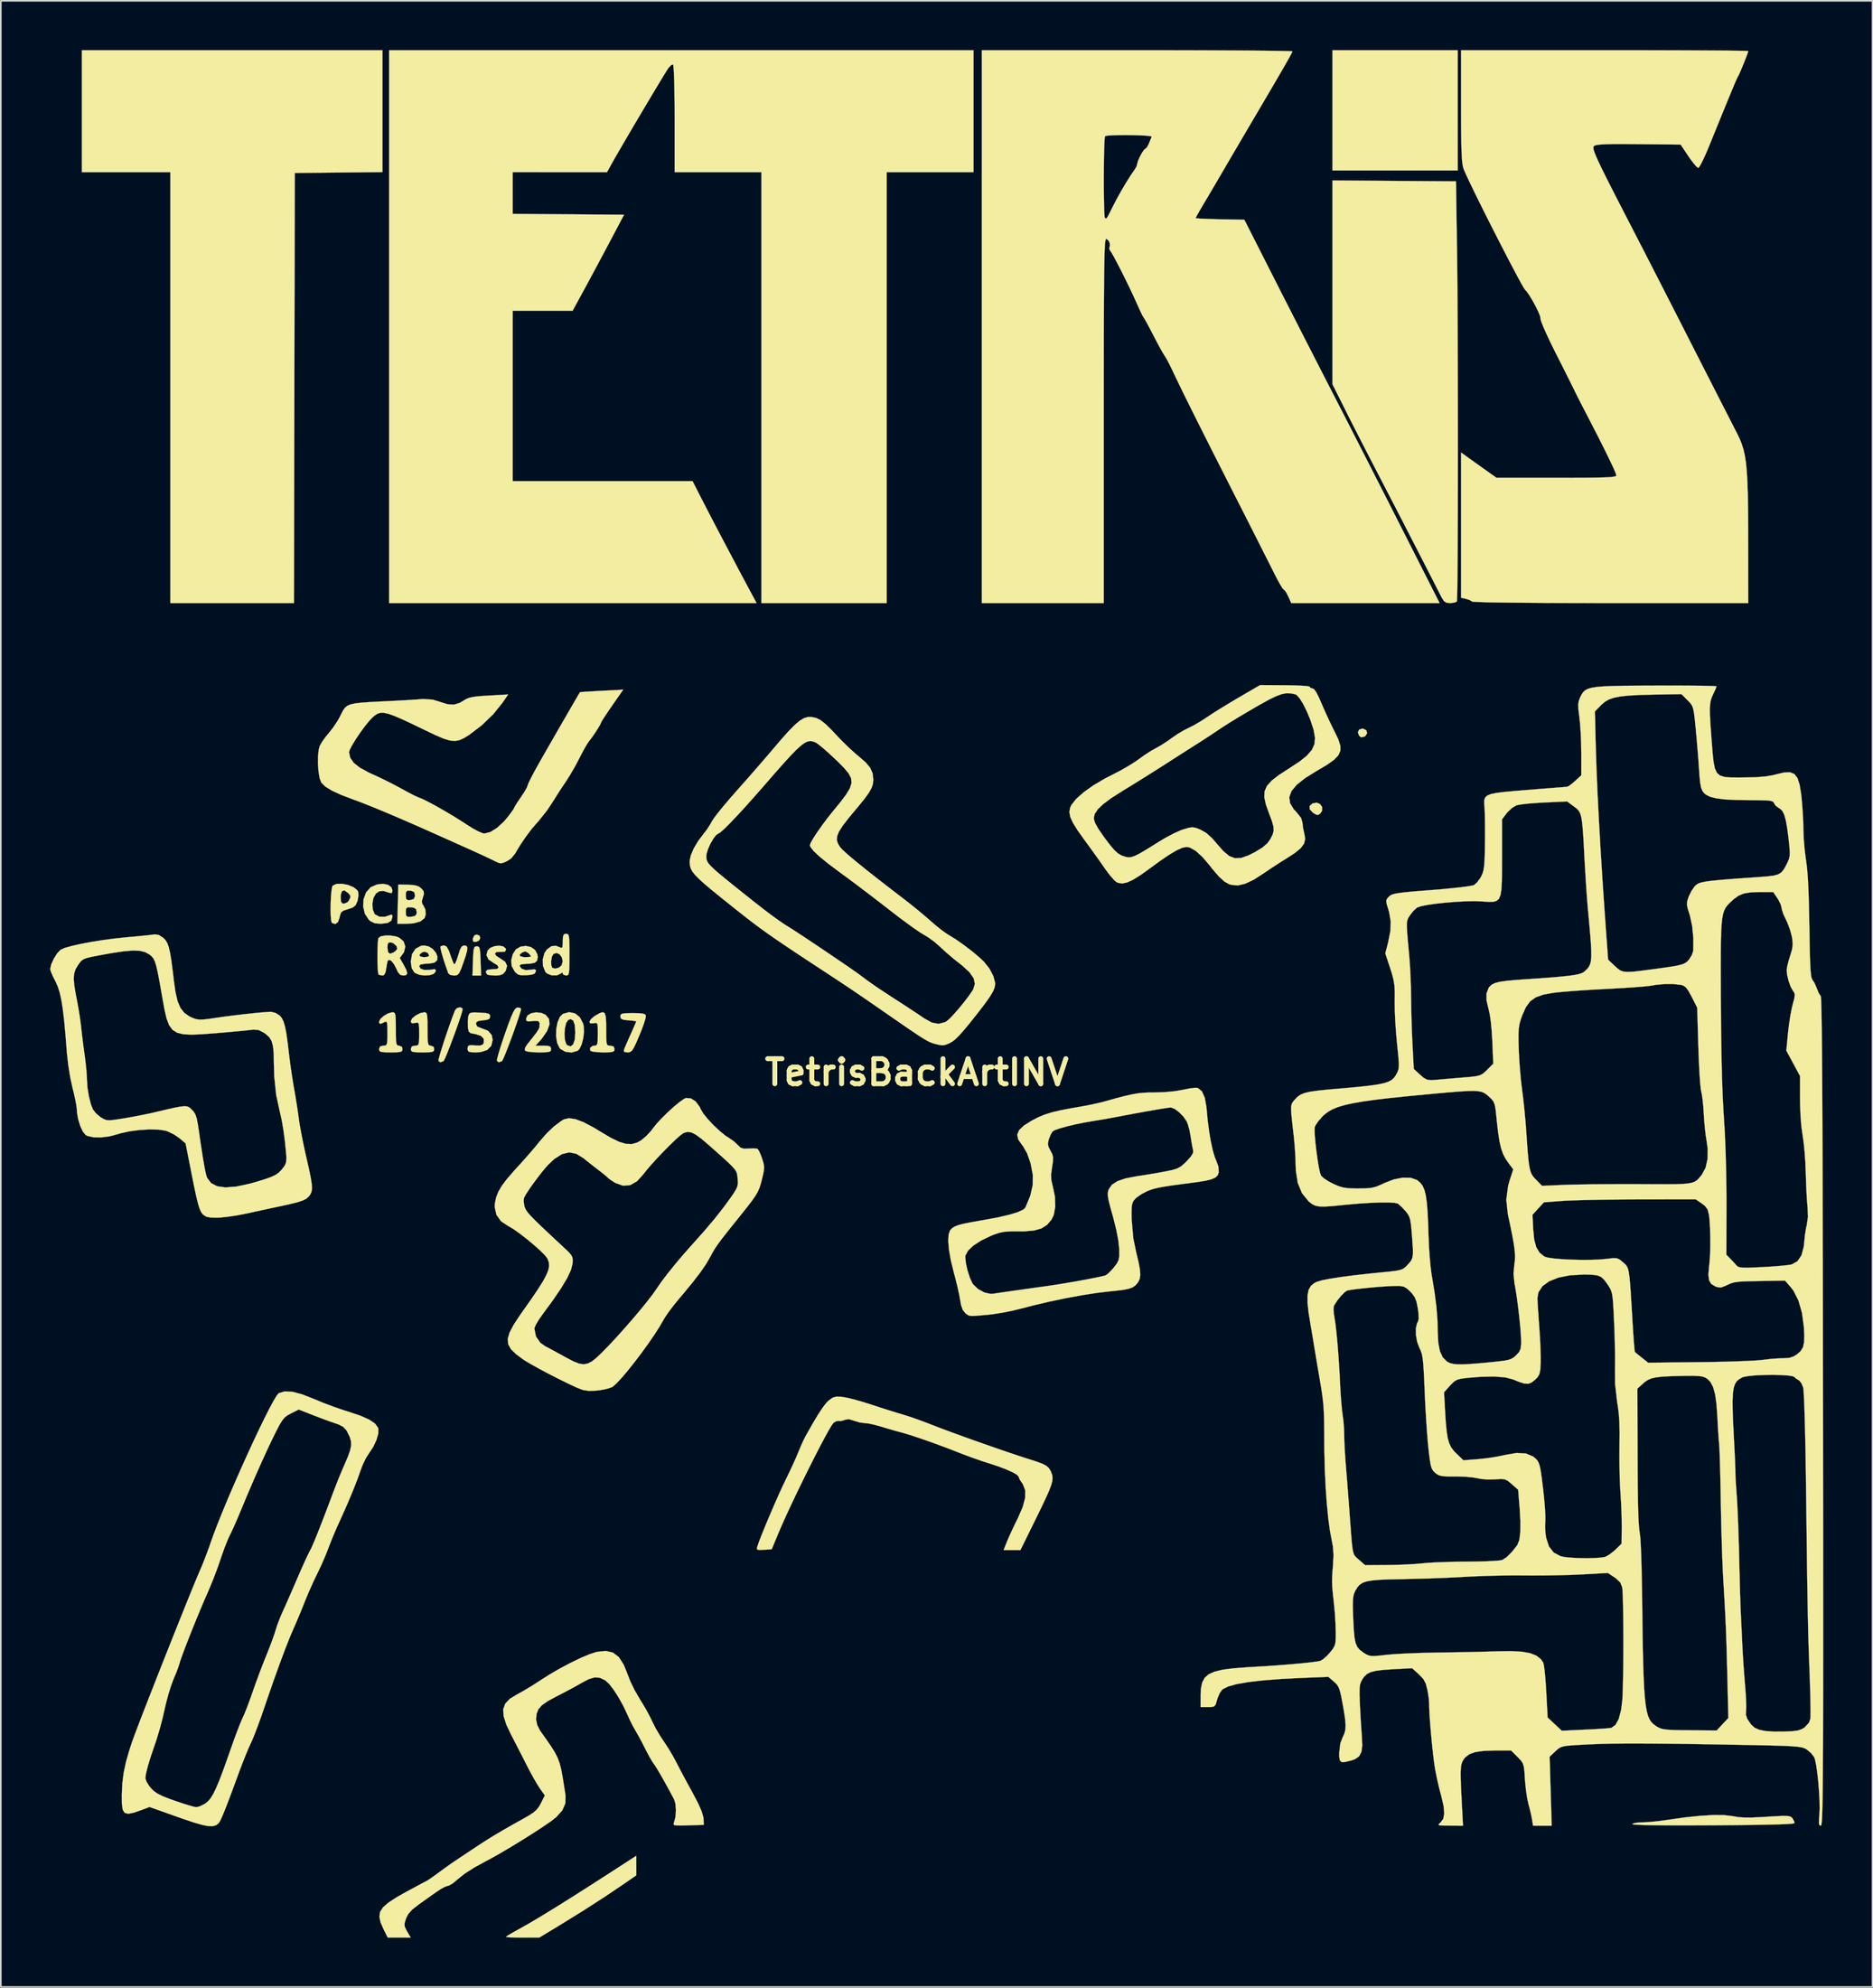
<source format=kicad_pcb>
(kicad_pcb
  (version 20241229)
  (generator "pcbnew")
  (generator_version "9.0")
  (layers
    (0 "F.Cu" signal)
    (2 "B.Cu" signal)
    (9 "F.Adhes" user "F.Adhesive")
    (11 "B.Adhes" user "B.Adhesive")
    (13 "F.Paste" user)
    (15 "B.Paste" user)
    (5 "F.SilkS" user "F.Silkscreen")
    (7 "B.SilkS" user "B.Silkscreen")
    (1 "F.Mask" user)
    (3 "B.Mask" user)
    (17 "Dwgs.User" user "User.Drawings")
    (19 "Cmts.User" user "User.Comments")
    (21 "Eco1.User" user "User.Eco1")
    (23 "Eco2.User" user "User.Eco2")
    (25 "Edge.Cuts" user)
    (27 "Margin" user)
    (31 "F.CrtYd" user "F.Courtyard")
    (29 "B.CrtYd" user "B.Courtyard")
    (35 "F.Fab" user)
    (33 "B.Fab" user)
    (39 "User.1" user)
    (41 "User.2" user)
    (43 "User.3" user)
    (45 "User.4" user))
  (footprint "TetrisBackArtINV"
    (layer "F.Cu")
    (at 52.733 62.184)
    (property "Reference" "TetrisBackArtINV" (at 0 0 0) (layer "F.SilkS") (effects (font (size 1.524 1.524) (thickness 0.3))))
    (attr through_hole)
    (fp_poly (pts (xy 32.918 -54.864) (xy 25.298 -54.864) (xy 25.298 -62.179) (xy 32.918 -62.179) (xy 32.918 -54.864)) (stroke (width 0.01) (type solid)) (fill yes) (layer "F.SilkS"))
    (fp_poly (pts (xy -32.512 -54.766) (xy -37.846 -54.712) (xy -37.872 -41.631) (xy -37.898 -28.55) (xy -45.415 -28.55) (xy -45.415 -54.762) (xy -50.8 -54.762) (xy -50.8 -62.179) (xy -32.512 -62.179) (xy -32.512 -54.766)) (stroke (width 0.01) (type solid)) (fill yes) (layer "F.SilkS"))
    (fp_poly (pts (xy -26.604 -8.317) (xy -26.561 -8.171) (xy -26.637 -8.02) (xy -26.805 -7.942) (xy -26.979 -7.95) (xy -27.015 -8.082) (xy -27.008 -8.145) (xy -26.91 -8.342) (xy -26.772 -8.382) (xy -26.604 -8.317)) (stroke (width 0.01) (type solid)) (fill yes) (layer "F.SilkS"))
    (fp_poly (pts (xy 27.151 -20.911) (xy 27.353 -20.811) (xy 27.407 -20.637) (xy 27.298 -20.464) (xy 27.246 -20.431) (xy 27.051 -20.382) (xy 26.923 -20.473) (xy 26.842 -20.684) (xy 26.92 -20.854) (xy 27.121 -20.914) (xy 27.151 -20.911)) (stroke (width 0.01) (type solid)) (fill yes) (layer "F.SilkS"))
    (fp_poly (pts (xy 24.544 -16.321) (xy 24.668 -16.14) (xy 24.665 -15.918) (xy 24.567 -15.768) (xy 24.436 -15.665) (xy 24.306 -15.677) (xy 24.102 -15.805) (xy 23.909 -16.011) (xy 23.911 -16.207) (xy 24.079 -16.358) (xy 24.334 -16.41) (xy 24.544 -16.321)) (stroke (width 0.01) (type solid)) (fill yes) (layer "F.SilkS"))
    (fp_poly (pts (xy -26.673 -7.654) (xy -26.61 -7.576) (xy -26.573 -7.399) (xy -26.55 -7.083) (xy -26.539 -6.782) (xy -26.51 -5.893) (xy -27.034 -5.893) (xy -27.004 -6.782) (xy -26.986 -7.21) (xy -26.96 -7.473) (xy -26.915 -7.612) (xy -26.841 -7.664) (xy -26.772 -7.671) (xy -26.673 -7.654)) (stroke (width 0.01) (type solid)) (fill yes) (layer "F.SilkS"))
    (fp_poly (pts (xy -27.664 -3.914) (xy -27.635 -3.836) (xy -27.669 -3.679) (xy -27.761 -3.38) (xy -27.897 -2.979) (xy -28.06 -2.517) (xy -28.238 -2.035) (xy -28.413 -1.572) (xy -28.573 -1.169) (xy -28.701 -0.865) (xy -28.784 -0.703) (xy -28.797 -0.687) (xy -28.989 -0.616) (xy -29.102 -0.702) (xy -29.087 -0.818) (xy -29.014 -1.088) (xy -28.897 -1.474) (xy -28.748 -1.938) (xy -28.579 -2.442) (xy -28.402 -2.95) (xy -28.231 -3.422) (xy -28.091 -3.785) (xy -27.971 -3.914) (xy -27.8 -3.96) (xy -27.664 -3.914)) (stroke (width 0.01) (type solid)) (fill yes) (layer "F.SilkS"))
    (fp_poly (pts (xy -17.069 48.843) (xy -17.907 49.421) (xy -19.015 50.166) (xy -20.257 50.966) (xy -21.582 51.787) (xy -21.823 51.934) (xy -22.971 52.629) (xy -23.982 52.629) (xy -24.408 52.625) (xy -24.745 52.614) (xy -24.951 52.598) (xy -24.994 52.585) (xy -24.911 52.521) (xy -24.689 52.385) (xy -24.368 52.203) (xy -24.206 52.114) (xy -23.645 51.798) (xy -22.944 51.383) (xy -22.098 50.867) (xy -21.103 50.245) (xy -19.953 49.514) (xy -18.643 48.673) (xy -18.11 48.328) (xy -17.069 47.654) (xy -17.069 48.843)) (stroke (width 0.01) (type solid)) (fill yes) (layer "F.SilkS"))
    (fp_poly (pts (xy -24.125 -3.924) (xy -24.079 -3.857) (xy -24.113 -3.7) (xy -24.204 -3.401) (xy -24.339 -3.001) (xy -24.501 -2.538) (xy -24.678 -2.054) (xy -24.853 -1.589) (xy -25.012 -1.182) (xy -25.141 -0.874) (xy -25.224 -0.706) (xy -25.24 -0.687) (xy -25.433 -0.616) (xy -25.546 -0.7) (xy -25.533 -0.822) (xy -25.46 -1.101) (xy -25.339 -1.503) (xy -25.179 -1.993) (xy -25.056 -2.351) (xy -24.844 -2.948) (xy -24.68 -3.377) (xy -24.553 -3.665) (xy -24.449 -3.839) (xy -24.356 -3.924) (xy -24.295 -3.944) (xy -24.125 -3.924)) (stroke (width 0.01) (type solid)) (fill yes) (layer "F.SilkS"))
    (fp_poly (pts (xy -27.404 -7.695) (xy -27.346 -7.596) (xy -27.363 -7.394) (xy -27.456 -7.061) (xy -27.598 -6.645) (xy -27.737 -6.267) (xy -27.844 -6.042) (xy -27.948 -5.932) (xy -28.077 -5.895) (xy -28.16 -5.893) (xy -28.386 -5.932) (xy -28.501 -6.02) (xy -28.672 -6.502) (xy -28.817 -6.948) (xy -28.923 -7.316) (xy -28.981 -7.568) (xy -28.981 -7.663) (xy -28.84 -7.714) (xy -28.744 -7.722) (xy -28.603 -7.644) (xy -28.467 -7.396) (xy -28.393 -7.188) (xy -28.284 -6.878) (xy -28.19 -6.65) (xy -28.148 -6.576) (xy -28.087 -6.623) (xy -27.998 -6.823) (xy -27.906 -7.109) (xy -27.795 -7.46) (xy -27.693 -7.649) (xy -27.574 -7.718) (xy -27.533 -7.722) (xy -27.404 -7.695)) (stroke (width 0.01) (type solid)) (fill yes) (layer "F.SilkS"))
    (fp_poly (pts (xy -25.159 -7.663) (xy -25.012 -7.54) (xy -24.994 -7.459) (xy -25.054 -7.35) (xy -25.261 -7.33) (xy -25.314 -7.334) (xy -25.579 -7.319) (xy -25.67 -7.226) (xy -25.582 -7.083) (xy -25.358 -6.943) (xy -25.043 -6.729) (xy -24.927 -6.48) (xy -25.008 -6.19) (xy -25.038 -6.142) (xy -25.193 -5.975) (xy -25.415 -5.903) (xy -25.639 -5.893) (xy -25.924 -5.907) (xy -26.114 -5.944) (xy -26.145 -5.961) (xy -26.228 -6.123) (xy -26.134 -6.235) (xy -25.884 -6.273) (xy -25.843 -6.271) (xy -25.549 -6.291) (xy -25.44 -6.382) (xy -25.523 -6.521) (xy -25.746 -6.657) (xy -26.061 -6.875) (xy -26.181 -7.135) (xy -26.114 -7.412) (xy -25.942 -7.58) (xy -25.685 -7.68) (xy -25.404 -7.709) (xy -25.159 -7.663)) (stroke (width 0.01) (type solid)) (fill yes) (layer "F.SilkS"))
    (fp_poly (pts (xy -32.174 -11.412) (xy -31.966 -11.259) (xy -31.902 -11.06) (xy -31.94 -10.91) (xy -32.079 -10.924) (xy -32.08 -10.924) (xy -32.446 -11.039) (xy -32.712 -11.017) (xy -32.908 -10.881) (xy -33.058 -10.619) (xy -33.123 -10.269) (xy -33.103 -9.916) (xy -32.991 -9.642) (xy -32.962 -9.608) (xy -32.698 -9.473) (xy -32.36 -9.466) (xy -32.099 -9.554) (xy -31.948 -9.605) (xy -31.903 -9.508) (xy -31.902 -9.473) (xy -31.973 -9.231) (xy -32.197 -9.091) (xy -32.589 -9.043) (xy -32.62 -9.042) (xy -32.975 -9.074) (xy -33.225 -9.189) (xy -33.349 -9.297) (xy -33.582 -9.655) (xy -33.684 -10.088) (xy -33.659 -10.536) (xy -33.511 -10.942) (xy -33.245 -11.247) (xy -33.192 -11.283) (xy -32.835 -11.432) (xy -32.48 -11.473) (xy -32.174 -11.412)) (stroke (width 0.01) (type solid)) (fill yes) (layer "F.SilkS"))
    (fp_poly (pts (xy -20.796 -3.591) (xy -20.501 -3.355) (xy -20.305 -2.978) (xy -20.267 -2.822) (xy -20.247 -2.467) (xy -20.294 -2.072) (xy -20.391 -1.703) (xy -20.522 -1.425) (xy -20.629 -1.319) (xy -20.997 -1.213) (xy -21.373 -1.253) (xy -21.68 -1.426) (xy -21.735 -1.487) (xy -21.881 -1.794) (xy -21.946 -2.197) (xy -21.942 -2.347) (xy -21.434 -2.347) (xy -21.412 -2) (xy -21.337 -1.737) (xy -21.27 -1.653) (xy -21.064 -1.583) (xy -20.908 -1.7) (xy -20.81 -1.993) (xy -20.777 -2.437) (xy -20.81 -2.894) (xy -20.907 -3.163) (xy -21.068 -3.243) (xy -21.212 -3.188) (xy -21.331 -3.012) (xy -21.406 -2.708) (xy -21.434 -2.347) (xy -21.942 -2.347) (xy -21.935 -2.635) (xy -21.855 -3.05) (xy -21.712 -3.382) (xy -21.535 -3.558) (xy -21.152 -3.666) (xy -20.796 -3.591)) (stroke (width 0.01) (type solid)) (fill yes) (layer "F.SilkS"))
    (fp_poly (pts (xy -16.872 -3.599) (xy -16.633 -3.57) (xy -16.515 -3.512) (xy -16.481 -3.44) (xy -16.505 -3.282) (xy -16.597 -2.985) (xy -16.74 -2.593) (xy -16.881 -2.246) (xy -17.075 -1.794) (xy -17.217 -1.498) (xy -17.329 -1.326) (xy -17.435 -1.244) (xy -17.556 -1.22) (xy -17.595 -1.219) (xy -17.789 -1.239) (xy -17.825 -1.332) (xy -17.787 -1.448) (xy -17.702 -1.652) (xy -17.561 -1.974) (xy -17.395 -2.346) (xy -17.383 -2.372) (xy -17.232 -2.71) (xy -17.121 -2.967) (xy -17.07 -3.097) (xy -17.069 -3.103) (xy -17.16 -3.129) (xy -17.392 -3.157) (xy -17.551 -3.169) (xy -17.849 -3.202) (xy -17.993 -3.267) (xy -18.034 -3.387) (xy -18.034 -3.404) (xy -18.016 -3.508) (xy -17.934 -3.569) (xy -17.745 -3.598) (xy -17.408 -3.606) (xy -17.273 -3.607) (xy -16.872 -3.599)) (stroke (width 0.01) (type solid)) (fill yes) (layer "F.SilkS"))
    (fp_poly (pts (xy -22.833 -3.617) (xy -22.578 -3.499) (xy -22.375 -3.249) (xy -22.348 -2.917) (xy -22.494 -2.516) (xy -22.809 -2.061) (xy -22.945 -1.905) (xy -23.203 -1.626) (xy -22.727 -1.626) (xy -22.434 -1.613) (xy -22.292 -1.562) (xy -22.251 -1.45) (xy -22.25 -1.422) (xy -22.269 -1.318) (xy -22.351 -1.257) (xy -22.54 -1.228) (xy -22.879 -1.219) (xy -23.006 -1.219) (xy -23.38 -1.232) (xy -23.669 -1.266) (xy -23.819 -1.313) (xy -23.825 -1.321) (xy -23.853 -1.41) (xy -23.816 -1.528) (xy -23.694 -1.714) (xy -23.465 -2.003) (xy -23.358 -2.134) (xy -23.148 -2.408) (xy -23.001 -2.638) (xy -22.958 -2.743) (xy -22.945 -3.007) (xy -23.029 -3.124) (xy -23.252 -3.135) (xy -23.368 -3.122) (xy -23.63 -3.1) (xy -23.748 -3.141) (xy -23.774 -3.257) (xy -23.687 -3.462) (xy -23.462 -3.598) (xy -23.158 -3.654) (xy -22.833 -3.617)) (stroke (width 0.01) (type solid)) (fill yes) (layer "F.SilkS"))
    (fp_poly (pts (xy -18.984 -3.598) (xy -18.923 -3.385) (xy -18.9 -3.004) (xy -18.898 -2.642) (xy -18.896 -2.181) (xy -18.885 -1.886) (xy -18.856 -1.72) (xy -18.799 -1.646) (xy -18.704 -1.626) (xy -18.644 -1.626) (xy -18.444 -1.578) (xy -18.39 -1.422) (xy -18.409 -1.315) (xy -18.496 -1.254) (xy -18.695 -1.226) (xy -19.048 -1.219) (xy -19.095 -1.219) (xy -19.455 -1.233) (xy -19.73 -1.269) (xy -19.862 -1.319) (xy -19.863 -1.321) (xy -19.878 -1.489) (xy -19.737 -1.604) (xy -19.603 -1.626) (xy -19.499 -1.646) (xy -19.44 -1.737) (xy -19.412 -1.941) (xy -19.406 -2.302) (xy -19.406 -2.339) (xy -19.408 -2.71) (xy -19.427 -2.918) (xy -19.478 -3.004) (xy -19.576 -3.008) (xy -19.66 -2.988) (xy -19.86 -2.981) (xy -19.917 -3.073) (xy -19.835 -3.229) (xy -19.623 -3.413) (xy -19.571 -3.446) (xy -19.29 -3.607) (xy -19.1 -3.665) (xy -18.984 -3.598)) (stroke (width 0.01) (type solid)) (fill yes) (layer "F.SilkS"))
    (fp_poly (pts (xy -34.604 -11.403) (xy -34.271 -11.265) (xy -34.041 -11.08) (xy -33.988 -10.98) (xy -33.973 -10.741) (xy -34.027 -10.442) (xy -34.037 -10.41) (xy -34.145 -10.172) (xy -34.314 -10.032) (xy -34.606 -9.932) (xy -34.888 -9.841) (xy -35.032 -9.726) (xy -35.101 -9.526) (xy -35.118 -9.427) (xy -35.215 -9.151) (xy -35.374 -9.027) (xy -35.559 -9.079) (xy -35.594 -9.11) (xy -35.635 -9.252) (xy -35.658 -9.542) (xy -35.666 -9.926) (xy -35.659 -10.35) (xy -35.643 -10.668) (xy -35.052 -10.668) (xy -35.035 -10.402) (xy -34.965 -10.284) (xy -34.852 -10.262) (xy -34.647 -10.343) (xy -34.548 -10.458) (xy -34.458 -10.654) (xy -34.481 -10.781) (xy -34.602 -10.915) (xy -34.821 -11.07) (xy -34.97 -11.035) (xy -35.045 -10.814) (xy -35.052 -10.668) (xy -35.643 -10.668) (xy -35.638 -10.759) (xy -35.606 -11.099) (xy -35.562 -11.316) (xy -35.54 -11.359) (xy -35.306 -11.466) (xy -34.971 -11.475) (xy -34.604 -11.403)) (stroke (width 0.01) (type solid)) (fill yes) (layer "F.SilkS"))
    (fp_poly (pts (xy -29.875 -3.642) (xy -29.818 -3.57) (xy -29.786 -3.405) (xy -29.772 -3.111) (xy -29.769 -2.65) (xy -29.769 -2.642) (xy -29.766 -2.179) (xy -29.753 -1.883) (xy -29.722 -1.717) (xy -29.665 -1.643) (xy -29.576 -1.626) (xy -29.566 -1.626) (xy -29.396 -1.554) (xy -29.362 -1.422) (xy -29.382 -1.316) (xy -29.468 -1.254) (xy -29.665 -1.226) (xy -30.017 -1.219) (xy -30.074 -1.219) (xy -30.447 -1.225) (xy -30.661 -1.249) (xy -30.759 -1.306) (xy -30.785 -1.406) (xy -30.785 -1.422) (xy -30.725 -1.582) (xy -30.531 -1.626) (xy -30.399 -1.636) (xy -30.323 -1.696) (xy -30.288 -1.85) (xy -30.277 -2.141) (xy -30.277 -2.348) (xy -30.28 -2.722) (xy -30.298 -2.933) (xy -30.348 -3.021) (xy -30.444 -3.026) (xy -30.531 -3.006) (xy -30.722 -2.988) (xy -30.783 -3.087) (xy -30.784 -3.122) (xy -30.697 -3.291) (xy -30.483 -3.467) (xy -30.213 -3.605) (xy -29.964 -3.658) (xy -29.875 -3.642)) (stroke (width 0.01) (type solid)) (fill yes) (layer "F.SilkS"))
    (fp_poly (pts (xy 49.133 45.178) (xy 49.624 45.237) (xy 49.637 45.239) (xy 49.961 45.296) (xy 50.329 45.325) (xy 50.788 45.326) (xy 51.383 45.3) (xy 51.694 45.281) (xy 52.267 45.246) (xy 52.671 45.228) (xy 52.941 45.229) (xy 53.11 45.251) (xy 53.213 45.297) (xy 53.283 45.368) (xy 53.291 45.377) (xy 53.392 45.566) (xy 53.404 45.669) (xy 53.295 45.695) (xy 52.989 45.719) (xy 52.49 45.74) (xy 51.804 45.758) (xy 50.936 45.774) (xy 49.892 45.786) (xy 48.678 45.796) (xy 48.423 45.797) (xy 47.12 45.802) (xy 46.019 45.802) (xy 45.121 45.796) (xy 44.424 45.786) (xy 43.927 45.77) (xy 43.631 45.749) (xy 43.534 45.723) (xy 43.535 45.721) (xy 43.664 45.665) (xy 43.93 45.628) (xy 44.177 45.618) (xy 44.554 45.601) (xy 45.041 45.555) (xy 45.546 45.49) (xy 45.669 45.471) (xy 46.715 45.321) (xy 47.656 45.222) (xy 48.47 45.173) (xy 49.133 45.178)) (stroke (width 0.01) (type solid)) (fill yes) (layer "F.SilkS"))
    (fp_poly (pts (xy -31.815 -3.646) (xy -31.753 -3.585) (xy -31.719 -3.439) (xy -31.703 -3.171) (xy -31.699 -2.743) (xy -31.699 -2.642) (xy -31.696 -2.179) (xy -31.683 -1.883) (xy -31.652 -1.717) (xy -31.596 -1.643) (xy -31.507 -1.626) (xy -31.496 -1.626) (xy -31.326 -1.554) (xy -31.293 -1.422) (xy -31.312 -1.316) (xy -31.399 -1.254) (xy -31.596 -1.226) (xy -31.947 -1.219) (xy -32.004 -1.219) (xy -32.378 -1.225) (xy -32.592 -1.249) (xy -32.69 -1.306) (xy -32.715 -1.406) (xy -32.715 -1.422) (xy -32.656 -1.582) (xy -32.461 -1.626) (xy -32.332 -1.635) (xy -32.257 -1.692) (xy -32.22 -1.839) (xy -32.208 -2.118) (xy -32.207 -2.391) (xy -32.211 -2.777) (xy -32.228 -2.997) (xy -32.269 -3.085) (xy -32.346 -3.08) (xy -32.404 -3.052) (xy -32.613 -2.958) (xy -32.701 -2.987) (xy -32.715 -3.092) (xy -32.631 -3.257) (xy -32.425 -3.44) (xy -32.167 -3.59) (xy -31.928 -3.657) (xy -31.912 -3.658) (xy -31.815 -3.646)) (stroke (width 0.01) (type solid)) (fill yes) (layer "F.SilkS"))
    (fp_poly (pts (xy -29.683 -7.657) (xy -29.436 -7.493) (xy -29.255 -7.271) (xy -29.163 -7.034) (xy -29.184 -6.824) (xy -29.342 -6.683) (xy -29.388 -6.668) (xy -29.658 -6.623) (xy -29.947 -6.605) (xy -30.203 -6.563) (xy -30.277 -6.458) (xy -30.188 -6.308) (xy -29.956 -6.229) (xy -29.634 -6.236) (xy -29.554 -6.251) (xy -29.341 -6.281) (xy -29.27 -6.226) (xy -29.278 -6.132) (xy -29.396 -5.993) (xy -29.645 -5.914) (xy -29.96 -5.896) (xy -30.275 -5.94) (xy -30.527 -6.049) (xy -30.576 -6.091) (xy -30.731 -6.341) (xy -30.784 -6.709) (xy -30.785 -6.761) (xy -30.714 -7.17) (xy -30.257 -7.17) (xy -30.232 -7.063) (xy -30.025 -7.012) (xy -29.972 -7.01) (xy -29.758 -7.034) (xy -29.667 -7.091) (xy -29.667 -7.092) (xy -29.75 -7.269) (xy -29.939 -7.342) (xy -30.089 -7.307) (xy -30.257 -7.17) (xy -30.714 -7.17) (xy -30.709 -7.199) (xy -30.497 -7.521) (xy -30.174 -7.697) (xy -29.972 -7.722) (xy -29.683 -7.657)) (stroke (width 0.01) (type solid)) (fill yes) (layer "F.SilkS"))
    (fp_poly (pts (xy -23.483 -7.628) (xy -23.228 -7.452) (xy -23.081 -7.173) (xy -23.063 -7.014) (xy -23.103 -6.794) (xy -23.247 -6.667) (xy -23.531 -6.612) (xy -23.783 -6.604) (xy -24.074 -6.576) (xy -24.172 -6.49) (xy -24.079 -6.344) (xy -24.03 -6.3) (xy -23.788 -6.222) (xy -23.513 -6.243) (xy -23.274 -6.275) (xy -23.181 -6.236) (xy -23.183 -6.128) (xy -23.251 -6.011) (xy -23.433 -5.945) (xy -23.739 -5.913) (xy -24.063 -5.908) (xy -24.263 -5.956) (xy -24.415 -6.084) (xy -24.474 -6.156) (xy -24.65 -6.476) (xy -24.672 -6.832) (xy -24.584 -7.175) (xy -24.158 -7.175) (xy -24.139 -7.07) (xy -23.936 -7.015) (xy -23.825 -7.01) (xy -23.59 -7.021) (xy -23.473 -7.048) (xy -23.47 -7.054) (xy -23.532 -7.151) (xy -23.629 -7.257) (xy -23.813 -7.361) (xy -23.985 -7.311) (xy -24.158 -7.175) (xy -24.584 -7.175) (xy -24.581 -7.189) (xy -24.394 -7.482) (xy -24.115 -7.649) (xy -23.795 -7.696) (xy -23.483 -7.628)) (stroke (width 0.01) (type solid)) (fill yes) (layer "F.SilkS"))
    (fp_poly (pts (xy -26.607 -3.638) (xy -26.591 -3.637) (xy -26.241 -3.613) (xy -26.05 -3.57) (xy -25.971 -3.494) (xy -25.959 -3.404) (xy -25.996 -3.27) (xy -26.142 -3.2) (xy -26.391 -3.169) (xy -26.673 -3.13) (xy -26.8 -3.049) (xy -26.822 -2.949) (xy -26.741 -2.786) (xy -26.492 -2.689) (xy -26.092 -2.535) (xy -25.865 -2.279) (xy -25.806 -1.983) (xy -25.89 -1.616) (xy -26.138 -1.365) (xy -26.54 -1.236) (xy -26.804 -1.219) (xy -27.113 -1.228) (xy -27.27 -1.268) (xy -27.325 -1.362) (xy -27.33 -1.449) (xy -27.311 -1.588) (xy -27.216 -1.648) (xy -26.993 -1.65) (xy -26.874 -1.642) (xy -26.571 -1.636) (xy -26.411 -1.69) (xy -26.35 -1.782) (xy -26.342 -2.03) (xy -26.514 -2.221) (xy -26.844 -2.331) (xy -26.884 -2.337) (xy -27.141 -2.385) (xy -27.26 -2.485) (xy -27.305 -2.704) (xy -27.312 -2.784) (xy -27.318 -3.112) (xy -27.29 -3.395) (xy -27.284 -3.424) (xy -27.235 -3.557) (xy -27.141 -3.626) (xy -26.948 -3.648) (xy -26.607 -3.638)) (stroke (width 0.01) (type solid)) (fill yes) (layer "F.SilkS"))
    (fp_poly (pts (xy -30.953 -11.418) (xy -30.562 -11.389) (xy -30.307 -11.311) (xy -30.143 -11.189) (xy -30.003 -11.015) (xy -29.988 -10.842) (xy -30.05 -10.649) (xy -30.119 -10.4) (xy -30.081 -10.236) (xy -30.021 -10.158) (xy -29.9 -9.906) (xy -29.879 -9.601) (xy -29.948 -9.388) (xy -30.202 -9.184) (xy -30.625 -9.068) (xy -31.035 -9.042) (xy -31.604 -9.042) (xy -31.587 -9.754) (xy -31.09 -9.754) (xy -31.072 -9.538) (xy -30.976 -9.461) (xy -30.759 -9.468) (xy -30.528 -9.517) (xy -30.439 -9.636) (xy -30.429 -9.754) (xy -30.464 -9.935) (xy -30.608 -10.017) (xy -30.759 -10.039) (xy -30.986 -10.044) (xy -31.075 -9.96) (xy -31.09 -9.754) (xy -31.587 -9.754) (xy -31.575 -10.236) (xy -31.563 -10.77) (xy -31.09 -10.77) (xy -31.07 -10.551) (xy -30.973 -10.477) (xy -30.81 -10.483) (xy -30.601 -10.548) (xy -30.533 -10.713) (xy -30.531 -10.77) (xy -30.575 -10.965) (xy -30.748 -11.047) (xy -30.81 -11.056) (xy -31.004 -11.055) (xy -31.079 -10.954) (xy -31.09 -10.77) (xy -31.563 -10.77) (xy -31.547 -11.43) (xy -30.953 -11.418)) (stroke (width 0.01) (type solid)) (fill yes) (layer "F.SilkS"))
    (fp_poly (pts (xy 29.055 -54.23) (xy 32.811 -54.204) (xy 32.871 -50.292) (xy 32.882 -49.535) (xy 32.891 -48.652) (xy 32.899 -47.659) (xy 32.906 -46.57) (xy 32.912 -45.402) (xy 32.917 -44.17) (xy 32.921 -42.891) (xy 32.924 -41.579) (xy 32.926 -40.252) (xy 32.928 -38.923) (xy 32.928 -37.609) (xy 32.927 -36.326) (xy 32.925 -35.09) (xy 32.922 -33.916) (xy 32.918 -32.82) (xy 32.914 -31.817) (xy 32.908 -30.924) (xy 32.901 -30.155) (xy 32.894 -29.528) (xy 32.885 -29.057) (xy 32.876 -28.758) (xy 32.866 -28.648) (xy 32.732 -28.581) (xy 32.487 -28.55) (xy 32.457 -28.55) (xy 32.231 -28.572) (xy 32.077 -28.674) (xy 31.932 -28.904) (xy 31.892 -28.981) (xy 31.646 -29.465) (xy 31.324 -30.096) (xy 30.94 -30.845) (xy 30.512 -31.68) (xy 30.055 -32.568) (xy 29.586 -33.479) (xy 29.121 -34.38) (xy 28.676 -35.24) (xy 28.267 -36.028) (xy 28.141 -36.271) (xy 27.748 -37.029) (xy 27.338 -37.825) (xy 26.935 -38.61) (xy 26.562 -39.34) (xy 26.244 -39.968) (xy 26.073 -40.309) (xy 25.298 -41.857) (xy 25.298 -54.257) (xy 29.055 -54.23)) (stroke (width 0.01) (type solid)) (fill yes) (layer "F.SilkS"))
    (fp_poly (pts (xy -21.252 -8.421) (xy -21.195 -8.365) (xy -21.159 -8.23) (xy -21.141 -7.984) (xy -21.134 -7.593) (xy -21.133 -7.163) (xy -21.135 -6.636) (xy -21.144 -6.279) (xy -21.165 -6.059) (xy -21.205 -5.944) (xy -21.267 -5.899) (xy -21.336 -5.893) (xy -21.501 -5.944) (xy -21.539 -6.015) (xy -21.569 -6.085) (xy -21.661 -6.015) (xy -21.9 -5.901) (xy -22.206 -5.903) (xy -22.485 -6.009) (xy -22.6 -6.119) (xy -22.739 -6.466) (xy -22.751 -6.762) (xy -22.248 -6.762) (xy -22.237 -6.503) (xy -22.178 -6.363) (xy -22.004 -6.311) (xy -21.781 -6.369) (xy -21.611 -6.512) (xy -21.611 -6.512) (xy -21.541 -6.754) (xy -21.593 -6.994) (xy -21.729 -7.182) (xy -21.913 -7.269) (xy -22.11 -7.203) (xy -22.111 -7.203) (xy -22.203 -7.029) (xy -22.248 -6.762) (xy -22.751 -6.762) (xy -22.756 -6.874) (xy -22.654 -7.257) (xy -22.509 -7.472) (xy -22.228 -7.679) (xy -21.952 -7.702) (xy -21.736 -7.616) (xy -21.616 -7.57) (xy -21.558 -7.629) (xy -21.54 -7.833) (xy -21.539 -7.972) (xy -21.526 -8.259) (xy -21.472 -8.395) (xy -21.353 -8.433) (xy -21.336 -8.433) (xy -21.252 -8.421)) (stroke (width 0.01) (type solid)) (fill yes) (layer "F.SilkS"))
    (fp_poly (pts (xy -31.693 -8.272) (xy -31.498 -8.201) (xy -31.225 -7.968) (xy -31.12 -7.66) (xy -31.197 -7.33) (xy -31.254 -7.239) (xy -31.458 -6.96) (xy -31.224 -6.553) (xy -31.051 -6.216) (xy -31.005 -6.012) (xy -31.085 -5.914) (xy -31.243 -5.893) (xy -31.428 -5.935) (xy -31.567 -6.096) (xy -31.661 -6.302) (xy -31.806 -6.581) (xy -31.967 -6.779) (xy -32.013 -6.812) (xy -32.126 -6.849) (xy -32.195 -6.782) (xy -32.243 -6.571) (xy -32.267 -6.402) (xy -32.328 -6.082) (xy -32.413 -5.925) (xy -32.508 -5.893) (xy -32.696 -5.928) (xy -32.749 -5.961) (xy -32.779 -6.088) (xy -32.8 -6.365) (xy -32.812 -6.738) (xy -32.815 -7.155) (xy -32.808 -7.561) (xy -32.808 -7.576) (xy -32.207 -7.576) (xy -32.168 -7.305) (xy -32.042 -7.217) (xy -31.821 -7.306) (xy -31.744 -7.36) (xy -31.611 -7.507) (xy -31.647 -7.67) (xy -31.659 -7.69) (xy -31.847 -7.857) (xy -31.989 -7.906) (xy -32.135 -7.9) (xy -32.196 -7.787) (xy -32.207 -7.576) (xy -32.808 -7.576) (xy -32.792 -7.904) (xy -32.766 -8.13) (xy -32.755 -8.17) (xy -32.619 -8.273) (xy -32.352 -8.325) (xy -32.021 -8.325) (xy -31.693 -8.272)) (stroke (width 0.01) (type solid)) (fill yes) (layer "F.SilkS"))
    (fp_poly (pts (xy 3.454 -54.762) (xy -1.829 -54.762) (xy -1.829 -28.55) (xy -9.449 -28.55) (xy -9.449 -54.762) (xy -14.732 -54.762) (xy -14.732 -58.008) (xy -14.735 -58.855) (xy -14.743 -59.611) (xy -14.756 -60.253) (xy -14.773 -60.761) (xy -14.794 -61.115) (xy -14.817 -61.294) (xy -14.826 -61.311) (xy -14.94 -61.277) (xy -15.096 -61.116) (xy -15.116 -61.088) (xy -15.23 -60.912) (xy -15.43 -60.588) (xy -15.699 -60.144) (xy -16.022 -59.606) (xy -16.382 -59.003) (xy -16.763 -58.362) (xy -17.149 -57.71) (xy -17.523 -57.075) (xy -17.868 -56.485) (xy -18.17 -55.966) (xy -18.411 -55.547) (xy -18.552 -55.296) (xy -18.847 -54.763) (xy -21.717 -54.763) (xy -24.587 -54.762) (xy -24.587 -52.225) (xy -21.198 -52.198) (xy -17.81 -52.172) (xy -18.67 -50.546) (xy -19.015 -49.896) (xy -19.393 -49.189) (xy -19.767 -48.492) (xy -20.101 -47.874) (xy -20.236 -47.625) (xy -20.942 -46.33) (xy -24.587 -46.33) (xy -24.587 -35.966) (xy -13.641 -35.966) (xy -13.241 -35.179) (xy -12.934 -34.581) (xy -12.552 -33.843) (xy -12.113 -33.003) (xy -11.639 -32.101) (xy -11.149 -31.174) (xy -10.665 -30.261) (xy -10.206 -29.402) (xy -10.144 -29.286) (xy -9.748 -28.55) (xy -32.106 -28.55) (xy -32.106 -62.179) (xy 3.454 -62.179) (xy 3.454 -54.762)) (stroke (width 0.01) (type solid)) (fill yes) (layer "F.SilkS"))
    (fp_poly (pts (xy -4.612 19.731) (xy -4.525 19.74) (xy -4.225 19.794) (xy -3.793 19.9) (xy -3.288 20.043) (xy -2.794 20.199) (xy -2.245 20.379) (xy -1.686 20.557) (xy -1.188 20.711) (xy -0.864 20.807) (xy -0.459 20.934) (xy 0.055 21.112) (xy 0.598 21.313) (xy 0.914 21.436) (xy 1.443 21.64) (xy 2.119 21.892) (xy 2.895 22.174) (xy 3.726 22.471) (xy 4.565 22.765) (xy 5.367 23.042) (xy 6.084 23.284) (xy 6.671 23.476) (xy 6.789 23.513) (xy 7.302 23.677) (xy 7.657 23.81) (xy 7.89 23.933) (xy 8.039 24.067) (xy 8.142 24.235) (xy 8.183 24.328) (xy 8.241 24.492) (xy 8.265 24.661) (xy 8.247 24.859) (xy 8.179 25.112) (xy 8.053 25.444) (xy 7.859 25.88) (xy 7.591 26.446) (xy 7.238 27.167) (xy 7.219 27.207) (xy 6.307 29.058) (xy 5.286 29.058) (xy 5.485 28.554) (xy 5.62 28.236) (xy 5.816 27.809) (xy 6.039 27.344) (xy 6.144 27.134) (xy 6.445 26.449) (xy 6.597 25.884) (xy 6.601 25.422) (xy 6.459 25.048) (xy 6.401 24.966) (xy 6.259 24.752) (xy 6.198 24.593) (xy 6.198 24.591) (xy 6.105 24.481) (xy 5.85 24.331) (xy 5.463 24.156) (xy 4.979 23.971) (xy 4.43 23.789) (xy 4.355 23.767) (xy 3.923 23.627) (xy 3.389 23.44) (xy 2.842 23.236) (xy 2.591 23.139) (xy 1.866 22.858) (xy 1.124 22.582) (xy 0.409 22.329) (xy -0.232 22.113) (xy -0.754 21.951) (xy -0.965 21.893) (xy -1.334 21.793) (xy -1.791 21.661) (xy -2.184 21.542) (xy -2.578 21.433) (xy -2.933 21.357) (xy -3.171 21.331) (xy -3.174 21.331) (xy -3.458 21.296) (xy -3.782 21.201) (xy -3.819 21.187) (xy -4.124 21.094) (xy -4.347 21.123) (xy -4.386 21.142) (xy -4.606 21.207) (xy -4.727 21.197) (xy -4.902 21.216) (xy -5.064 21.316) (xy -5.175 21.466) (xy -5.36 21.775) (xy -5.604 22.218) (xy -5.897 22.77) (xy -6.224 23.406) (xy -6.574 24.1) (xy -6.934 24.827) (xy -7.291 25.562) (xy -7.632 26.28) (xy -7.946 26.955) (xy -8.219 27.563) (xy -8.425 28.042) (xy -8.825 29.007) (xy -9.298 29.038) (xy -9.582 29.05) (xy -9.709 29.022) (xy -9.725 28.929) (xy -9.699 28.835) (xy -9.592 28.529) (xy -9.417 28.08) (xy -9.193 27.531) (xy -8.938 26.923) (xy -8.669 26.299) (xy -8.405 25.701) (xy -8.163 25.171) (xy -7.98 24.79) (xy -7.739 24.293) (xy -7.506 23.792) (xy -7.311 23.354) (xy -7.212 23.114) (xy -7.049 22.724) (xy -6.88 22.353) (xy -6.776 22.149) (xy -6.354 21.399) (xy -6.007 20.818) (xy -5.724 20.388) (xy -5.495 20.094) (xy -5.356 19.955) (xy -5.13 19.793) (xy -4.914 19.726) (xy -4.612 19.731)) (stroke (width 0.01) (type solid)) (fill yes) (layer "F.SilkS"))
    (fp_poly (pts (xy 43.172 -62.179) (xy 44.425 -62.177) (xy 45.604 -62.174) (xy 46.694 -62.171) (xy 47.679 -62.166) (xy 48.546 -62.161) (xy 49.28 -62.156) (xy 49.867 -62.149) (xy 50.29 -62.143) (xy 50.537 -62.135) (xy 50.597 -62.129) (xy 50.56 -62.004) (xy 50.467 -61.751) (xy 50.34 -61.428) (xy 50.204 -61.095) (xy 50.082 -60.809) (xy 49.997 -60.63) (xy 49.981 -60.604) (xy 49.949 -60.549) (xy 49.895 -60.433) (xy 49.81 -60.242) (xy 49.691 -59.959) (xy 49.529 -59.569) (xy 49.318 -59.058) (xy 49.052 -58.408) (xy 48.725 -57.606) (xy 48.33 -56.634) (xy 48.209 -56.337) (xy 48.008 -55.861) (xy 47.823 -55.462) (xy 47.673 -55.172) (xy 47.573 -55.027) (xy 47.553 -55.016) (xy 47.446 -55.096) (xy 47.263 -55.307) (xy 47.039 -55.61) (xy 46.958 -55.728) (xy 46.482 -56.439) (xy 43.938 -56.466) (xy 43.093 -56.472) (xy 42.431 -56.471) (xy 41.934 -56.46) (xy 41.581 -56.441) (xy 41.354 -56.411) (xy 41.232 -56.371) (xy 41.222 -56.364) (xy 41.184 -56.32) (xy 41.17 -56.247) (xy 41.186 -56.133) (xy 41.239 -55.964) (xy 41.335 -55.724) (xy 41.481 -55.399) (xy 41.683 -54.977) (xy 41.948 -54.442) (xy 42.282 -53.781) (xy 42.693 -52.979) (xy 43.186 -52.022) (xy 43.633 -51.156) (xy 43.945 -50.55) (xy 44.325 -49.813) (xy 44.746 -48.992) (xy 45.184 -48.136) (xy 45.615 -47.294) (xy 45.926 -46.685) (xy 46.621 -45.322) (xy 47.27 -44.047) (xy 47.868 -42.875) (xy 48.408 -41.817) (xy 48.883 -40.886) (xy 49.288 -40.095) (xy 49.615 -39.455) (xy 49.858 -38.98) (xy 49.918 -38.864) (xy 50.071 -38.548) (xy 50.199 -38.232) (xy 50.305 -37.896) (xy 50.39 -37.518) (xy 50.457 -37.079) (xy 50.507 -36.556) (xy 50.544 -35.929) (xy 50.569 -35.177) (xy 50.584 -34.278) (xy 50.591 -33.213) (xy 50.593 -32.334) (xy 50.597 -28.55) (xy 42.221 -28.55) (xy 40.762 -28.551) (xy 39.412 -28.554) (xy 38.181 -28.559) (xy 37.079 -28.567) (xy 36.118 -28.576) (xy 35.308 -28.586) (xy 34.659 -28.599) (xy 34.182 -28.613) (xy 33.888 -28.628) (xy 33.787 -28.643) (xy 33.654 -28.73) (xy 33.425 -28.804) (xy 33.122 -28.871) (xy 33.122 -37.707) (xy 33.734 -37.268) (xy 34.122 -36.991) (xy 34.522 -36.705) (xy 34.811 -36.5) (xy 35.277 -36.17) (xy 38.924 -36.17) (xy 39.897 -36.171) (xy 40.684 -36.174) (xy 41.306 -36.181) (xy 41.779 -36.191) (xy 42.123 -36.207) (xy 42.355 -36.227) (xy 42.494 -36.254) (xy 42.559 -36.288) (xy 42.57 -36.315) (xy 42.523 -36.469) (xy 42.384 -36.79) (xy 42.16 -37.265) (xy 41.857 -37.883) (xy 41.481 -38.631) (xy 41.037 -39.496) (xy 40.786 -39.98) (xy 40.544 -40.446) (xy 40.322 -40.88) (xy 40.145 -41.231) (xy 40.041 -41.442) (xy 39.947 -41.635) (xy 39.777 -41.976) (xy 39.548 -42.434) (xy 39.277 -42.975) (xy 38.978 -43.566) (xy 38.887 -43.745) (xy 38.587 -44.351) (xy 38.332 -44.889) (xy 38.134 -45.334) (xy 38.004 -45.659) (xy 37.954 -45.838) (xy 37.956 -45.858) (xy 37.932 -46.003) (xy 37.824 -46.269) (xy 37.66 -46.604) (xy 37.467 -46.958) (xy 37.272 -47.279) (xy 37.102 -47.517) (xy 37.023 -47.6) (xy 36.941 -47.719) (xy 36.781 -47.996) (xy 36.556 -48.408) (xy 36.279 -48.93) (xy 35.961 -49.538) (xy 35.614 -50.207) (xy 35.252 -50.914) (xy 34.886 -51.635) (xy 34.529 -52.345) (xy 34.193 -53.021) (xy 33.89 -53.638) (xy 33.632 -54.172) (xy 33.432 -54.599) (xy 33.302 -54.895) (xy 33.27 -54.978) (xy 33.227 -55.137) (xy 33.193 -55.361) (xy 33.167 -55.672) (xy 33.148 -56.091) (xy 33.134 -56.638) (xy 33.126 -57.335) (xy 33.122 -58.202) (xy 33.122 -58.788) (xy 33.122 -62.179) (xy 41.859 -62.179) (xy 43.172 -62.179)) (stroke (width 0.01) (type solid)) (fill yes) (layer "F.SilkS"))
    (fp_poly (pts (xy 14.778 -62.178) (xy 16.085 -62.176) (xy 17.319 -62.173) (xy 18.465 -62.168) (xy 19.51 -62.163) (xy 20.439 -62.156) (xy 21.238 -62.149) (xy 21.894 -62.14) (xy 22.391 -62.131) (xy 22.717 -62.122) (xy 22.856 -62.112) (xy 22.86 -62.11) (xy 22.819 -62.012) (xy 22.693 -61.776) (xy 22.479 -61.395) (xy 22.172 -60.862) (xy 21.769 -60.171) (xy 21.265 -59.313) (xy 21.128 -59.08) (xy 20.101 -57.336) (xy 19.168 -55.746) (xy 18.593 -54.762) (xy 18.28 -54.228) (xy 17.959 -53.68) (xy 17.664 -53.181) (xy 17.432 -52.79) (xy 17.41 -52.752) (xy 17.209 -52.411) (xy 17.055 -52.142) (xy 16.974 -51.987) (xy 16.967 -51.968) (xy 17.063 -51.95) (xy 17.326 -51.932) (xy 17.721 -51.915) (xy 18.213 -51.9) (xy 18.451 -51.895) (xy 19.934 -51.867) (xy 21.712 -48.362) (xy 22.205 -47.391) (xy 22.764 -46.295) (xy 23.36 -45.126) (xy 23.967 -43.94) (xy 24.556 -42.79) (xy 25.099 -41.731) (xy 25.347 -41.25) (xy 25.8 -40.369) (xy 26.324 -39.348) (xy 26.897 -38.227) (xy 27.498 -37.049) (xy 28.108 -35.854) (xy 28.704 -34.684) (xy 29.265 -33.578) (xy 29.51 -33.096) (xy 31.815 -28.55) (xy 22.789 -28.55) (xy 22.606 -28.956) (xy 22.477 -29.203) (xy 22.366 -29.347) (xy 22.335 -29.362) (xy 22.257 -29.448) (xy 22.114 -29.679) (xy 21.926 -30.02) (xy 21.755 -30.353) (xy 21.603 -30.658) (xy 21.371 -31.12) (xy 21.071 -31.712) (xy 20.718 -32.411) (xy 20.323 -33.191) (xy 19.899 -34.027) (xy 19.458 -34.895) (xy 19.249 -35.306) (xy 18.553 -36.676) (xy 17.943 -37.881) (xy 17.412 -38.935) (xy 16.951 -39.853) (xy 16.554 -40.651) (xy 16.212 -41.344) (xy 15.919 -41.946) (xy 15.666 -42.473) (xy 15.572 -42.672) (xy 15.39 -43.046) (xy 15.225 -43.361) (xy 15.107 -43.56) (xy 15.088 -43.586) (xy 14.994 -43.734) (xy 14.831 -44.021) (xy 14.624 -44.404) (xy 14.416 -44.805) (xy 14.196 -45.227) (xy 14.008 -45.579) (xy 13.87 -45.824) (xy 13.806 -45.923) (xy 13.738 -46.034) (xy 13.615 -46.284) (xy 13.459 -46.626) (xy 13.41 -46.736) (xy 13.209 -47.182) (xy 12.972 -47.684) (xy 12.717 -48.21) (xy 12.46 -48.725) (xy 12.218 -49.195) (xy 12.01 -49.586) (xy 11.852 -49.865) (xy 11.761 -49.997) (xy 11.756 -50.001) (xy 11.709 -50.13) (xy 11.728 -50.18) (xy 11.761 -50.372) (xy 11.692 -50.575) (xy 11.56 -50.693) (xy 11.525 -50.698) (xy 11.502 -50.677) (xy 11.481 -50.607) (xy 11.463 -50.476) (xy 11.447 -50.274) (xy 11.433 -49.991) (xy 11.421 -49.616) (xy 11.411 -49.137) (xy 11.403 -48.545) (xy 11.396 -47.829) (xy 11.39 -46.978) (xy 11.386 -45.981) (xy 11.383 -44.828) (xy 11.381 -43.508) (xy 11.38 -42.01) (xy 11.379 -40.324) (xy 11.379 -39.624) (xy 11.379 -28.55) (xy 3.962 -28.55) (xy 3.962 -54.366) (xy 11.382 -54.366) (xy 11.383 -53.754) (xy 11.389 -53.182) (xy 11.399 -52.685) (xy 11.413 -52.297) (xy 11.431 -52.053) (xy 11.447 -51.985) (xy 11.496 -51.941) (xy 11.542 -51.947) (xy 11.607 -52.033) (xy 11.714 -52.233) (xy 11.885 -52.578) (xy 11.923 -52.654) (xy 12.171 -53.132) (xy 12.462 -53.653) (xy 12.763 -54.161) (xy 13.039 -54.599) (xy 13.257 -54.91) (xy 13.378 -55.117) (xy 13.411 -55.244) (xy 13.456 -55.425) (xy 13.565 -55.677) (xy 13.702 -55.932) (xy 13.833 -56.123) (xy 13.911 -56.185) (xy 14.005 -56.27) (xy 14.116 -56.477) (xy 14.131 -56.515) (xy 14.23 -56.757) (xy 14.296 -56.908) (xy 14.3 -56.916) (xy 14.226 -56.95) (xy 13.992 -56.978) (xy 13.64 -56.999) (xy 13.214 -57.013) (xy 12.757 -57.019) (xy 12.31 -57.016) (xy 11.918 -57.005) (xy 11.623 -56.985) (xy 11.468 -56.955) (xy 11.457 -56.947) (xy 11.435 -56.819) (xy 11.417 -56.525) (xy 11.402 -56.097) (xy 11.391 -55.572) (xy 11.385 -54.983) (xy 11.382 -54.366) (xy 3.962 -54.366) (xy 3.962 -62.179) (xy 13.411 -62.179) (xy 14.778 -62.178)) (stroke (width 0.01) (type solid)) (fill yes) (layer "F.SilkS"))
    (fp_poly (pts (xy -18.485 35.294) (xy -18.127 35.568) (xy -17.834 36.024) (xy -17.669 36.425) (xy -17.435 37.028) (xy -17.165 37.586) (xy -16.814 38.187) (xy -16.697 38.373) (xy -16.452 38.787) (xy -16.209 39.244) (xy -16.083 39.51) (xy -15.885 39.902) (xy -15.623 40.348) (xy -15.396 40.691) (xy -15.112 41.121) (xy -14.821 41.611) (xy -14.634 41.961) (xy -14.452 42.314) (xy -14.204 42.783) (xy -13.923 43.304) (xy -13.654 43.795) (xy -13.31 44.448) (xy -13.089 44.949) (xy -12.986 45.303) (xy -12.979 45.37) (xy -12.954 45.771) (xy -13.906 45.8) (xy -14.349 45.811) (xy -14.622 45.806) (xy -14.761 45.78) (xy -14.8 45.727) (xy -14.777 45.648) (xy -14.684 45.304) (xy -14.652 44.887) (xy -14.682 44.489) (xy -14.761 44.226) (xy -15.053 43.68) (xy -15.338 43.162) (xy -15.596 42.707) (xy -15.808 42.348) (xy -15.955 42.12) (xy -15.993 42.071) (xy -16.104 41.907) (xy -16.272 41.616) (xy -16.465 41.252) (xy -16.517 41.148) (xy -16.727 40.738) (xy -16.936 40.351) (xy -17.102 40.06) (xy -17.124 40.025) (xy -17.295 39.72) (xy -17.485 39.335) (xy -17.585 39.111) (xy -17.845 38.557) (xy -18.138 38.026) (xy -18.438 37.558) (xy -18.72 37.195) (xy -18.954 36.979) (xy -18.959 36.976) (xy -19.28 36.825) (xy -19.593 36.799) (xy -19.951 36.903) (xy -20.385 37.132) (xy -20.747 37.337) (xy -21.214 37.59) (xy -21.708 37.848) (xy -21.924 37.958) (xy -22.447 38.24) (xy -22.805 38.49) (xy -23.025 38.74) (xy -23.135 39.021) (xy -23.165 39.35) (xy -23.094 39.7) (xy -22.92 40.041) (xy -22.537 40.58) (xy -22.243 41.005) (xy -22.022 41.359) (xy -21.858 41.681) (xy -21.735 42.012) (xy -21.636 42.392) (xy -21.547 42.863) (xy -21.452 43.464) (xy -21.37 43.996) (xy -21.38 44.46) (xy -21.567 44.889) (xy -21.94 45.303) (xy -22.237 45.537) (xy -22.743 45.885) (xy -23.364 46.29) (xy -24.047 46.72) (xy -24.742 47.143) (xy -25.396 47.527) (xy -25.957 47.842) (xy -26.162 47.95) (xy -26.916 48.361) (xy -27.502 48.735) (xy -27.947 49.09) (xy -27.988 49.127) (xy -28.237 49.332) (xy -28.454 49.459) (xy -28.533 49.479) (xy -28.704 49.535) (xy -28.971 49.681) (xy -29.211 49.839) (xy -29.571 50.094) (xy -29.994 50.395) (xy -30.328 50.632) (xy -30.703 50.926) (xy -30.938 51.189) (xy -31.08 51.472) (xy -31.082 51.478) (xy -31.165 51.758) (xy -31.158 51.958) (xy -31.052 52.187) (xy -31.009 52.26) (xy -30.792 52.629) (xy -32.189 52.629) (xy -32.452 52.101) (xy -32.627 51.697) (xy -32.699 51.359) (xy -32.654 51.064) (xy -32.475 50.786) (xy -32.149 50.501) (xy -31.662 50.184) (xy -31.134 49.885) (xy -30.682 49.64) (xy -30.291 49.429) (xy -29.997 49.272) (xy -29.837 49.19) (xy -29.822 49.183) (xy -29.695 49.105) (xy -29.454 48.939) (xy -29.146 48.717) (xy -29.09 48.675) (xy -28.732 48.413) (xy -28.388 48.168) (xy -28.131 47.991) (xy -28.125 47.987) (xy -27.889 47.83) (xy -27.543 47.6) (xy -27.148 47.336) (xy -26.975 47.22) (xy -26.377 46.827) (xy -25.797 46.464) (xy -25.18 46.097) (xy -24.466 45.691) (xy -24.048 45.458) (xy -23.61 45.209) (xy -23.313 45.014) (xy -23.113 44.835) (xy -22.967 44.638) (xy -22.872 44.462) (xy -22.63 43.982) (xy -22.932 43.556) (xy -23.106 43.283) (xy -23.334 42.889) (xy -23.582 42.432) (xy -23.746 42.113) (xy -24.009 41.594) (xy -24.292 41.042) (xy -24.551 40.541) (xy -24.666 40.321) (xy -24.973 39.676) (xy -25.139 39.156) (xy -25.162 38.737) (xy -25.037 38.395) (xy -24.762 38.105) (xy -24.334 37.843) (xy -24.333 37.843) (xy -23.958 37.637) (xy -23.501 37.365) (xy -23.045 37.074) (xy -22.926 36.995) (xy -22.346 36.625) (xy -21.711 36.257) (xy -21.064 35.914) (xy -20.449 35.618) (xy -19.91 35.391) (xy -19.491 35.254) (xy -19.463 35.248) (xy -18.925 35.191) (xy -18.485 35.294)) (stroke (width 0.01) (type solid)) (fill yes) (layer "F.SilkS"))
    (fp_poly (pts (xy -18.532 -22.32) (xy -18.796 -21.935) (xy -19.012 -21.611) (xy -19.155 -21.385) (xy -19.202 -21.294) (xy -19.256 -21.169) (xy -19.392 -20.936) (xy -19.573 -20.655) (xy -19.762 -20.381) (xy -19.923 -20.173) (xy -19.931 -20.164) (xy -20.056 -19.981) (xy -20.237 -19.67) (xy -20.442 -19.287) (xy -20.523 -19.126) (xy -20.772 -18.653) (xy -21.057 -18.157) (xy -21.322 -17.735) (xy -21.364 -17.673) (xy -21.621 -17.291) (xy -21.872 -16.904) (xy -22.047 -16.618) (xy -22.501 -15.93) (xy -23.021 -15.277) (xy -23.194 -15.088) (xy -23.468 -14.763) (xy -23.788 -14.334) (xy -24.103 -13.872) (xy -24.36 -13.451) (xy -24.427 -13.327) (xy -24.678 -13.016) (xy -24.946 -12.844) (xy -25.157 -12.755) (xy -25.295 -12.719) (xy -25.43 -12.742) (xy -25.632 -12.832) (xy -25.863 -12.947) (xy -26.168 -13.092) (xy -26.595 -13.29) (xy -27.08 -13.511) (xy -27.432 -13.669) (xy -28.004 -13.925) (xy -28.646 -14.212) (xy -29.255 -14.485) (xy -29.515 -14.601) (xy -30.513 -15.044) (xy -31.471 -15.46) (xy -32.358 -15.837) (xy -33.145 -16.161) (xy -33.803 -16.422) (xy -34.239 -16.584) (xy -35.01 -16.876) (xy -35.591 -17.143) (xy -35.993 -17.391) (xy -36.228 -17.625) (xy -36.233 -17.632) (xy -36.332 -17.896) (xy -36.4 -18.294) (xy -36.435 -18.76) (xy -36.432 -19.229) (xy -36.39 -19.632) (xy -36.328 -19.859) (xy -36.186 -20.108) (xy -35.961 -20.42) (xy -35.791 -20.625) (xy -35.507 -20.985) (xy -35.237 -21.391) (xy -35.125 -21.59) (xy -35.001 -21.838) (xy -34.897 -22.034) (xy -34.787 -22.186) (xy -34.649 -22.3) (xy -34.457 -22.384) (xy -34.187 -22.445) (xy -33.816 -22.489) (xy -33.318 -22.526) (xy -32.671 -22.56) (xy -31.848 -22.601) (xy -31.699 -22.608) (xy -31.176 -22.637) (xy -30.675 -22.667) (xy -30.263 -22.695) (xy -30.049 -22.712) (xy -29.463 -22.678) (xy -29.054 -22.554) (xy -28.562 -22.397) (xy -28.169 -22.37) (xy -27.816 -22.475) (xy -27.597 -22.604) (xy -27.407 -22.717) (xy -27.2 -22.796) (xy -26.928 -22.851) (xy -26.544 -22.891) (xy -26.044 -22.923) (xy -24.863 -22.99) (xy -25.203 -22.493) (xy -25.768 -21.79) (xy -26.467 -21.116) (xy -27.228 -20.537) (xy -27.55 -20.337) (xy -27.83 -20.21) (xy -28.105 -20.159) (xy -28.411 -20.189) (xy -28.785 -20.303) (xy -29.263 -20.506) (xy -29.882 -20.8) (xy -29.924 -20.82) (xy -30.691 -21.191) (xy -31.301 -21.476) (xy -31.777 -21.681) (xy -32.143 -21.812) (xy -32.423 -21.873) (xy -32.642 -21.873) (xy -32.822 -21.815) (xy -32.987 -21.706) (xy -33.106 -21.604) (xy -33.333 -21.364) (xy -33.602 -21.03) (xy -33.883 -20.644) (xy -34.146 -20.252) (xy -34.364 -19.895) (xy -34.505 -19.617) (xy -34.544 -19.481) (xy -34.475 -19.141) (xy -34.258 -18.829) (xy -33.877 -18.529) (xy -33.314 -18.226) (xy -33.122 -18.138) (xy -32.592 -17.893) (xy -32.018 -17.61) (xy -31.498 -17.337) (xy -31.344 -17.252) (xy -30.951 -17.037) (xy -30.599 -16.855) (xy -30.342 -16.737) (xy -30.277 -16.712) (xy -30.022 -16.606) (xy -29.638 -16.412) (xy -29.163 -16.154) (xy -28.64 -15.854) (xy -28.107 -15.535) (xy -27.606 -15.22) (xy -27.393 -15.08) (xy -27.01 -14.84) (xy -26.663 -14.654) (xy -26.402 -14.546) (xy -26.315 -14.529) (xy -25.957 -14.618) (xy -25.55 -14.866) (xy -25.132 -15.248) (xy -24.902 -15.516) (xy -24.69 -15.795) (xy -24.54 -16.009) (xy -24.486 -16.11) (xy -24.431 -16.219) (xy -24.289 -16.444) (xy -24.088 -16.739) (xy -24.079 -16.752) (xy -23.875 -17.061) (xy -23.729 -17.316) (xy -23.673 -17.464) (xy -23.673 -17.465) (xy -23.625 -17.597) (xy -23.493 -17.87) (xy -23.296 -18.246) (xy -23.052 -18.689) (xy -22.971 -18.832) (xy -22.713 -19.285) (xy -22.415 -19.805) (xy -22.093 -20.366) (xy -21.763 -20.94) (xy -21.439 -21.5) (xy -21.14 -22.019) (xy -20.879 -22.468) (xy -20.673 -22.821) (xy -20.538 -23.051) (xy -20.489 -23.129) (xy -20.387 -23.14) (xy -20.121 -23.158) (xy -19.729 -23.182) (xy -19.25 -23.209) (xy -19.167 -23.213) (xy -17.861 -23.282) (xy -18.532 -22.32)) (stroke (width 0.01) (type solid)) (fill yes) (layer "F.SilkS"))
    (fp_poly (pts (xy 22.431 -23.551) (xy 22.959 -23.542) (xy 23.402 -23.524) (xy 23.727 -23.5) (xy 23.899 -23.471) (xy 23.917 -23.454) (xy 23.954 -23.384) (xy 24.052 -23.368) (xy 24.167 -23.316) (xy 24.299 -23.141) (xy 24.465 -22.82) (xy 24.636 -22.428) (xy 24.861 -21.913) (xy 25.115 -21.363) (xy 25.352 -20.874) (xy 25.419 -20.743) (xy 25.648 -20.268) (xy 25.772 -19.887) (xy 25.778 -19.57) (xy 25.654 -19.288) (xy 25.385 -19.011) (xy 24.958 -18.709) (xy 24.36 -18.354) (xy 24.333 -18.339) (xy 23.629 -17.901) (xy 23.12 -17.496) (xy 22.801 -17.112) (xy 22.668 -16.742) (xy 22.716 -16.376) (xy 22.941 -16.005) (xy 23.115 -15.818) (xy 23.39 -15.473) (xy 23.47 -15.191) (xy 23.5 -14.898) (xy 23.573 -14.563) (xy 23.582 -14.532) (xy 23.635 -14.208) (xy 23.57 -13.921) (xy 23.368 -13.644) (xy 23.01 -13.349) (xy 22.591 -13.076) (xy 22.127 -12.785) (xy 21.629 -12.462) (xy 21.194 -12.168) (xy 21.133 -12.126) (xy 20.515 -11.729) (xy 19.998 -11.482) (xy 19.555 -11.376) (xy 19.159 -11.404) (xy 18.999 -11.453) (xy 18.716 -11.615) (xy 18.391 -11.911) (xy 18.002 -12.361) (xy 17.837 -12.573) (xy 17.39 -13.099) (xy 16.98 -13.472) (xy 16.621 -13.678) (xy 16.425 -13.716) (xy 16.166 -13.667) (xy 15.817 -13.512) (xy 15.364 -13.244) (xy 14.789 -12.853) (xy 14.239 -12.45) (xy 13.648 -12.025) (xy 13.179 -11.731) (xy 12.807 -11.557) (xy 12.508 -11.493) (xy 12.258 -11.529) (xy 12.157 -11.574) (xy 11.999 -11.71) (xy 11.773 -11.97) (xy 11.518 -12.304) (xy 11.433 -12.425) (xy 11.159 -12.818) (xy 10.813 -13.304) (xy 10.445 -13.812) (xy 10.191 -14.159) (xy 9.784 -14.73) (xy 9.505 -15.181) (xy 9.382 -15.453) (xy 10.77 -15.453) (xy 10.842 -15.193) (xy 11.06 -14.801) (xy 11.405 -14.302) (xy 11.749 -13.846) (xy 12.018 -13.529) (xy 12.245 -13.322) (xy 12.464 -13.193) (xy 12.709 -13.113) (xy 12.751 -13.103) (xy 12.903 -13.082) (xy 13.066 -13.1) (xy 13.268 -13.169) (xy 13.538 -13.302) (xy 13.905 -13.515) (xy 14.396 -13.818) (xy 14.744 -14.038) (xy 15.192 -14.303) (xy 15.654 -14.544) (xy 16.057 -14.725) (xy 16.205 -14.778) (xy 16.539 -14.877) (xy 16.764 -14.911) (xy 16.965 -14.88) (xy 17.225 -14.782) (xy 17.256 -14.769) (xy 17.615 -14.566) (xy 17.974 -14.242) (xy 18.245 -13.928) (xy 18.655 -13.46) (xy 19.014 -13.163) (xy 19.363 -13.028) (xy 19.742 -13.045) (xy 20.194 -13.206) (xy 20.574 -13.398) (xy 21.024 -13.67) (xy 21.326 -13.928) (xy 21.512 -14.182) (xy 21.652 -14.455) (xy 21.718 -14.693) (xy 21.706 -14.951) (xy 21.615 -15.283) (xy 21.442 -15.745) (xy 21.441 -15.748) (xy 21.245 -16.293) (xy 21.149 -16.735) (xy 21.166 -17.103) (xy 21.311 -17.431) (xy 21.596 -17.749) (xy 22.037 -18.09) (xy 22.648 -18.486) (xy 22.659 -18.493) (xy 23.288 -18.906) (xy 23.744 -19.272) (xy 24.042 -19.617) (xy 24.201 -19.968) (xy 24.234 -20.351) (xy 24.159 -20.794) (xy 24.13 -20.903) (xy 23.955 -21.433) (xy 23.746 -21.942) (xy 23.524 -22.391) (xy 23.308 -22.742) (xy 23.119 -22.955) (xy 23.04 -22.999) (xy 22.76 -23.057) (xy 22.493 -23.065) (xy 22.207 -23.011) (xy 21.865 -22.885) (xy 21.436 -22.676) (xy 20.883 -22.372) (xy 20.616 -22.219) (xy 20.063 -21.896) (xy 19.514 -21.568) (xy 19.019 -21.264) (xy 18.628 -21.016) (xy 18.49 -20.924) (xy 18.054 -20.631) (xy 17.556 -20.304) (xy 17.119 -20.023) (xy 16.774 -19.805) (xy 16.311 -19.509) (xy 15.781 -19.171) (xy 15.236 -18.822) (xy 15.037 -18.694) (xy 14.447 -18.319) (xy 13.799 -17.912) (xy 13.166 -17.518) (xy 12.617 -17.182) (xy 12.521 -17.123) (xy 11.849 -16.696) (xy 11.353 -16.328) (xy 11.017 -16.007) (xy 10.827 -15.717) (xy 10.77 -15.453) (xy 9.382 -15.453) (xy 9.343 -15.539) (xy 9.288 -15.833) (xy 9.33 -16.091) (xy 9.415 -16.274) (xy 9.708 -16.643) (xy 10.165 -17.048) (xy 10.756 -17.467) (xy 11.449 -17.876) (xy 11.881 -18.097) (xy 12.377 -18.353) (xy 12.87 -18.632) (xy 13.291 -18.896) (xy 13.512 -19.052) (xy 13.88 -19.317) (xy 14.266 -19.565) (xy 14.529 -19.711) (xy 14.872 -19.904) (xy 15.264 -20.159) (xy 15.499 -20.328) (xy 15.875 -20.587) (xy 16.285 -20.827) (xy 16.515 -20.941) (xy 16.868 -21.119) (xy 17.285 -21.364) (xy 17.628 -21.587) (xy 17.943 -21.796) (xy 18.382 -22.074) (xy 18.893 -22.387) (xy 19.425 -22.705) (xy 19.565 -22.787) (xy 20.892 -23.561) (xy 22.431 -23.551)) (stroke (width 0.01) (type solid)) (fill yes) (layer "F.SilkS"))
    (fp_poly (pts (xy -37.983 19.428) (xy -37.392 19.584) (xy -36.694 19.86) (xy -36.123 20.097) (xy -35.465 20.344) (xy -34.826 20.563) (xy -34.573 20.642) (xy -33.849 20.884) (xy -33.316 21.121) (xy -32.964 21.361) (xy -32.782 21.61) (xy -32.762 21.671) (xy -32.766 21.971) (xy -32.878 22.363) (xy -33.075 22.782) (xy -33.313 23.14) (xy -33.514 23.455) (xy -33.71 23.858) (xy -33.814 24.13) (xy -34.033 24.744) (xy -34.323 25.482) (xy -34.662 26.288) (xy -35.026 27.106) (xy -35.13 27.33) (xy -35.352 27.826) (xy -35.577 28.361) (xy -35.764 28.836) (xy -35.796 28.923) (xy -35.972 29.371) (xy -36.2 29.898) (xy -36.437 30.404) (xy -36.483 30.497) (xy -36.731 31.014) (xy -36.993 31.602) (xy -37.218 32.142) (xy -37.243 32.206) (xy -37.442 32.704) (xy -37.662 33.233) (xy -37.861 33.691) (xy -37.891 33.758) (xy -38.134 34.323) (xy -38.426 35.063) (xy -38.76 35.956) (xy -39.129 36.981) (xy -39.524 38.117) (xy -39.691 38.608) (xy -39.896 39.201) (xy -40.101 39.765) (xy -40.288 40.256) (xy -40.441 40.63) (xy -40.516 40.792) (xy -40.649 41.082) (xy -40.828 41.509) (xy -41.03 42.018) (xy -41.233 42.555) (xy -41.257 42.621) (xy -41.58 43.497) (xy -41.842 44.198) (xy -42.051 44.742) (xy -42.215 45.146) (xy -42.339 45.427) (xy -42.432 45.604) (xy -42.492 45.685) (xy -42.643 45.796) (xy -42.839 45.851) (xy -43.106 45.846) (xy -43.469 45.776) (xy -43.954 45.638) (xy -44.589 45.427) (xy -44.958 45.297) (xy -46.685 44.683) (xy -47.142 44.855) (xy -47.635 45.028) (xy -47.977 45.097) (xy -48.196 45.043) (xy -48.317 44.846) (xy -48.366 44.487) (xy -48.37 43.945) (xy -48.37 43.928) (xy -48.338 43.247) (xy -48.299 42.934) (xy -46.938 42.934) (xy -46.875 43.133) (xy -46.713 43.397) (xy -46.609 43.528) (xy -46.425 43.713) (xy -46.202 43.87) (xy -45.898 44.021) (xy -45.467 44.191) (xy -45.161 44.3) (xy -44.699 44.457) (xy -44.292 44.584) (xy -43.987 44.669) (xy -43.839 44.698) (xy -43.628 44.646) (xy -43.354 44.511) (xy -43.271 44.458) (xy -43.113 44.327) (xy -42.96 44.142) (xy -42.802 43.882) (xy -42.629 43.526) (xy -42.43 43.052) (xy -42.198 42.439) (xy -41.92 41.666) (xy -41.74 41.15) (xy -41.545 40.6) (xy -41.354 40.086) (xy -41.186 39.652) (xy -41.057 39.346) (xy -41.02 39.271) (xy -40.902 39.006) (xy -40.743 38.607) (xy -40.567 38.132) (xy -40.431 37.744) (xy -40.221 37.149) (xy -39.97 36.471) (xy -39.718 35.818) (xy -39.593 35.509) (xy -39.398 35.018) (xy -39.22 34.548) (xy -39.082 34.157) (xy -39.013 33.934) (xy -38.905 33.598) (xy -38.743 33.177) (xy -38.588 32.817) (xy -38.434 32.477) (xy -38.226 32.007) (xy -37.987 31.461) (xy -37.743 30.896) (xy -37.68 30.75) (xy -37.457 30.238) (xy -37.251 29.779) (xy -37.081 29.411) (xy -36.964 29.175) (xy -36.935 29.124) (xy -36.833 28.924) (xy -36.669 28.548) (xy -36.451 28.011) (xy -36.183 27.33) (xy -35.872 26.519) (xy -35.528 25.603) (xy -35.332 25.093) (xy -35.119 24.562) (xy -34.925 24.098) (xy -34.862 23.955) (xy -34.628 23.413) (xy -34.482 23.007) (xy -34.416 22.696) (xy -34.424 22.436) (xy -34.497 22.186) (xy -34.531 22.105) (xy -34.706 21.768) (xy -34.905 21.556) (xy -35.198 21.407) (xy -35.408 21.336) (xy -35.688 21.24) (xy -36.087 21.095) (xy -36.535 20.925) (xy -36.709 20.858) (xy -37.604 20.507) (xy -38.08 20.744) (xy -38.293 20.86) (xy -38.461 20.989) (xy -38.612 21.172) (xy -38.779 21.446) (xy -38.989 21.85) (xy -39.088 22.047) (xy -39.45 22.799) (xy -39.86 23.693) (xy -40.298 24.681) (xy -40.742 25.714) (xy -41.161 26.721) (xy -41.358 27.189) (xy -41.557 27.642) (xy -41.729 28.01) (xy -41.796 28.143) (xy -41.932 28.441) (xy -42.101 28.864) (xy -42.275 29.346) (xy -42.366 29.616) (xy -42.566 30.191) (xy -42.811 30.833) (xy -43.056 31.429) (xy -43.129 31.598) (xy -43.343 32.086) (xy -43.585 32.657) (xy -43.84 33.273) (xy -44.094 33.901) (xy -44.333 34.504) (xy -44.543 35.046) (xy -44.71 35.493) (xy -44.819 35.809) (xy -44.85 35.916) (xy -44.928 36.162) (xy -45.061 36.517) (xy -45.223 36.904) (xy -45.226 36.911) (xy -45.376 37.311) (xy -45.538 37.831) (xy -45.687 38.393) (xy -45.766 38.74) (xy -45.901 39.323) (xy -46.068 39.952) (xy -46.241 40.53) (xy -46.329 40.792) (xy -46.597 41.576) (xy -46.79 42.205) (xy -46.904 42.67) (xy -46.938 42.934) (xy -48.299 42.934) (xy -48.258 42.609) (xy -48.119 41.952) (xy -47.906 41.213) (xy -47.738 40.701) (xy -47.631 40.405) (xy -47.458 39.945) (xy -47.229 39.346) (xy -46.952 38.633) (xy -46.639 37.831) (xy -46.299 36.964) (xy -45.942 36.057) (xy -45.577 35.136) (xy -45.214 34.224) (xy -44.863 33.346) (xy -44.534 32.527) (xy -44.237 31.792) (xy -43.982 31.166) (xy -43.778 30.673) (xy -43.634 30.337) (xy -43.607 30.277) (xy -43.436 29.872) (xy -43.237 29.362) (xy -43.044 28.836) (xy -42.981 28.651) (xy -42.776 28.077) (xy -42.517 27.403) (xy -42.214 26.652) (xy -41.877 25.845) (xy -41.516 25.005) (xy -41.141 24.152) (xy -40.762 23.31) (xy -40.389 22.499) (xy -40.032 21.741) (xy -39.7 21.059) (xy -39.404 20.474) (xy -39.154 20.008) (xy -38.959 19.682) (xy -38.83 19.519) (xy -38.815 19.509) (xy -38.452 19.404) (xy -37.983 19.428)) (stroke (width 0.01) (type solid)) (fill yes) (layer "F.SilkS"))
    (fp_poly (pts (xy 17.094 0.942) (xy 17.101 0.944) (xy 17.351 1.149) (xy 17.527 1.542) (xy 17.629 2.121) (xy 17.64 2.25) (xy 17.703 2.928) (xy 17.792 3.603) (xy 17.9 4.231) (xy 18.018 4.768) (xy 18.138 5.168) (xy 18.195 5.299) (xy 18.353 5.72) (xy 18.378 6.074) (xy 18.312 6.259) (xy 18.174 6.391) (xy 17.938 6.499) (xy 17.572 6.59) (xy 17.044 6.675) (xy 16.866 6.698) (xy 16.1 6.798) (xy 15.505 6.879) (xy 15.051 6.949) (xy 14.708 7.012) (xy 14.443 7.075) (xy 14.227 7.142) (xy 14.029 7.22) (xy 14.017 7.225) (xy 13.681 7.4) (xy 13.387 7.603) (xy 13.294 7.688) (xy 13.184 7.823) (xy 13.115 7.972) (xy 13.08 8.183) (xy 13.07 8.504) (xy 13.075 8.933) (xy 13.178 10.099) (xy 13.354 10.949) (xy 13.498 11.549) (xy 13.58 11.992) (xy 13.602 12.316) (xy 13.567 12.555) (xy 13.477 12.748) (xy 13.457 12.778) (xy 13.314 12.949) (xy 13.137 13.074) (xy 12.888 13.164) (xy 12.529 13.233) (xy 12.02 13.293) (xy 11.761 13.317) (xy 10.981 13.409) (xy 10.066 13.552) (xy 9.073 13.734) (xy 8.062 13.945) (xy 7.091 14.173) (xy 6.452 14.341) (xy 5.872 14.483) (xy 5.236 14.612) (xy 4.642 14.707) (xy 4.369 14.738) (xy 3.875 14.783) (xy 3.542 14.81) (xy 3.33 14.815) (xy 3.197 14.797) (xy 3.102 14.752) (xy 3.003 14.678) (xy 2.967 14.65) (xy 2.807 14.461) (xy 2.699 14.156) (xy 2.646 13.864) (xy 2.581 13.508) (xy 2.475 13.029) (xy 2.344 12.499) (xy 2.248 12.141) (xy 2.075 11.436) (xy 2.038 11.227) (xy 2.951 11.227) (xy 2.987 11.594) (xy 3.085 12.033) (xy 3.221 12.463) (xy 3.373 12.802) (xy 3.429 12.89) (xy 3.733 13.18) (xy 4.114 13.387) (xy 4.496 13.473) (xy 4.621 13.466) (xy 4.85 13.432) (xy 5.221 13.378) (xy 5.676 13.312) (xy 5.994 13.267) (xy 6.563 13.186) (xy 7.175 13.1) (xy 7.73 13.024) (xy 7.925 12.997) (xy 8.372 12.931) (xy 8.901 12.846) (xy 9.472 12.748) (xy 10.043 12.646) (xy 10.573 12.547) (xy 11.02 12.458) (xy 11.345 12.387) (xy 11.494 12.345) (xy 11.65 12.233) (xy 11.866 12.015) (xy 12.002 11.856) (xy 12.184 11.615) (xy 12.284 11.413) (xy 12.323 11.175) (xy 12.323 10.826) (xy 12.32 10.724) (xy 12.267 10.223) (xy 12.145 9.584) (xy 11.963 8.855) (xy 11.925 8.72) (xy 11.775 8.182) (xy 11.679 7.799) (xy 11.631 7.533) (xy 11.625 7.342) (xy 11.656 7.189) (xy 11.689 7.101) (xy 11.88 6.83) (xy 12.215 6.615) (xy 12.714 6.445) (xy 13.395 6.314) (xy 13.462 6.305) (xy 13.986 6.225) (xy 14.581 6.125) (xy 15.118 6.027) (xy 15.123 6.026) (xy 15.554 5.936) (xy 15.85 5.844) (xy 16.076 5.719) (xy 16.296 5.53) (xy 16.426 5.402) (xy 16.689 5.11) (xy 16.812 4.901) (xy 16.817 4.734) (xy 16.817 4.731) (xy 16.769 4.519) (xy 16.711 4.187) (xy 16.669 3.905) (xy 16.596 3.512) (xy 16.496 3.155) (xy 16.424 2.977) (xy 16.228 2.69) (xy 15.965 2.421) (xy 15.693 2.219) (xy 15.47 2.134) (xy 15.461 2.134) (xy 15.287 2.153) (xy 14.948 2.204) (xy 14.481 2.282) (xy 13.92 2.38) (xy 13.3 2.492) (xy 12.657 2.613) (xy 12.243 2.693) (xy 11.732 2.788) (xy 11.181 2.884) (xy 10.719 2.958) (xy 10.182 3.051) (xy 9.64 3.162) (xy 9.135 3.284) (xy 8.709 3.403) (xy 8.404 3.51) (xy 8.268 3.587) (xy 8.16 3.762) (xy 8.049 4.028) (xy 8.039 4.055) (xy 7.979 4.316) (xy 8.019 4.535) (xy 8.135 4.759) (xy 8.248 4.976) (xy 8.296 5.175) (xy 8.285 5.431) (xy 8.234 5.761) (xy 8.177 6.188) (xy 8.185 6.527) (xy 8.263 6.882) (xy 8.277 6.929) (xy 8.409 7.565) (xy 8.428 8.161) (xy 8.336 8.67) (xy 8.203 8.951) (xy 7.932 9.27) (xy 7.592 9.487) (xy 7.147 9.615) (xy 6.563 9.668) (xy 6.194 9.669) (xy 5.697 9.669) (xy 5.329 9.694) (xy 5.019 9.757) (xy 4.692 9.868) (xy 4.534 9.932) (xy 3.927 10.222) (xy 3.448 10.531) (xy 3.12 10.843) (xy 2.962 11.139) (xy 2.951 11.227) (xy 2.038 11.227) (xy 1.964 10.799) (xy 1.918 10.262) (xy 1.939 9.853) (xy 2.031 9.603) (xy 2.034 9.599) (xy 2.153 9.477) (xy 2.306 9.378) (xy 2.524 9.291) (xy 2.84 9.208) (xy 3.288 9.117) (xy 3.899 9.009) (xy 4.003 8.992) (xy 4.909 8.824) (xy 5.627 8.659) (xy 6.154 8.499) (xy 6.486 8.345) (xy 6.608 8.226) (xy 6.908 7.506) (xy 7.057 6.855) (xy 7.061 6.214) (xy 6.927 5.525) (xy 6.921 5.505) (xy 6.717 4.926) (xy 6.47 4.49) (xy 6.405 4.409) (xy 6.176 4.082) (xy 6.114 3.791) (xy 6.226 3.516) (xy 6.52 3.235) (xy 6.973 2.948) (xy 7.373 2.738) (xy 7.771 2.57) (xy 8.213 2.431) (xy 8.749 2.304) (xy 9.425 2.176) (xy 9.652 2.137) (xy 10.184 2.042) (xy 10.704 1.938) (xy 11.144 1.841) (xy 11.379 1.781) (xy 12.081 1.585) (xy 12.631 1.441) (xy 13.07 1.34) (xy 13.441 1.275) (xy 13.785 1.238) (xy 14.145 1.223) (xy 14.469 1.221) (xy 15.108 1.199) (xy 15.732 1.138) (xy 16.218 1.052) (xy 16.596 0.977) (xy 16.909 0.938) (xy 17.094 0.942)) (stroke (width 0.01) (type solid)) (fill yes) (layer "F.SilkS"))
    (fp_poly (pts (xy -6.386 -21.618) (xy -6.129 -21.561) (xy -6.111 -21.556) (xy -5.86 -21.434) (xy -5.552 -21.192) (xy -5.163 -20.811) (xy -4.95 -20.582) (xy -4.558 -20.171) (xy -4.137 -19.76) (xy -3.748 -19.406) (xy -3.545 -19.236) (xy -3.111 -18.862) (xy -2.834 -18.529) (xy -2.687 -18.195) (xy -2.642 -17.815) (xy -2.642 -17.799) (xy -2.665 -17.558) (xy -2.746 -17.31) (xy -2.906 -17.023) (xy -3.161 -16.666) (xy -3.532 -16.207) (xy -3.706 -16.001) (xy -4.174 -15.438) (xy -4.512 -14.997) (xy -4.733 -14.65) (xy -4.846 -14.372) (xy -4.864 -14.137) (xy -4.796 -13.918) (xy -4.665 -13.704) (xy -4.494 -13.519) (xy -4.164 -13.222) (xy -3.683 -12.818) (xy -3.06 -12.314) (xy -2.3 -11.716) (xy -1.412 -11.029) (xy -0.828 -10.582) (xy -0.354 -10.213) (xy 0.143 -9.81) (xy 0.595 -9.43) (xy 0.844 -9.211) (xy 1.207 -8.898) (xy 1.569 -8.614) (xy 1.868 -8.405) (xy 1.941 -8.362) (xy 2.361 -8.104) (xy 2.855 -7.758) (xy 3.359 -7.374) (xy 3.805 -7.001) (xy 4.084 -6.738) (xy 4.417 -6.321) (xy 4.655 -5.873) (xy 4.767 -5.46) (xy 4.771 -5.363) (xy 4.739 -5.164) (xy 4.641 -4.926) (xy 4.458 -4.62) (xy 4.177 -4.219) (xy 3.779 -3.698) (xy 3.708 -3.608) (xy 3.239 -3.016) (xy 2.868 -2.567) (xy 2.575 -2.239) (xy 2.34 -2.01) (xy 2.141 -1.858) (xy 1.959 -1.762) (xy 1.733 -1.673) (xy 1.57 -1.645) (xy 1.374 -1.672) (xy 1.168 -1.72) (xy 1 -1.766) (xy 0.832 -1.828) (xy 0.639 -1.922) (xy 0.398 -2.062) (xy 0.082 -2.263) (xy -0.333 -2.541) (xy -0.871 -2.91) (xy -1.348 -3.239) (xy -2.08 -3.746) (xy -2.675 -4.158) (xy -3.166 -4.496) (xy -3.584 -4.782) (xy -3.958 -5.036) (xy -4.322 -5.28) (xy -4.705 -5.534) (xy -5.139 -5.82) (xy -5.656 -6.159) (xy -5.791 -6.248) (xy -6.692 -6.84) (xy -7.448 -7.339) (xy -8.084 -7.765) (xy -8.626 -8.134) (xy -9.1 -8.465) (xy -9.532 -8.777) (xy -9.947 -9.086) (xy -10.37 -9.412) (xy -10.828 -9.772) (xy -11.1 -9.988) (xy -11.832 -10.573) (xy -12.419 -11.049) (xy -12.878 -11.433) (xy -13.224 -11.743) (xy -13.473 -11.994) (xy -13.641 -12.204) (xy -13.744 -12.388) (xy -13.797 -12.565) (xy -13.816 -12.749) (xy -13.818 -12.86) (xy -13.754 -13.182) (xy -12.802 -13.182) (xy -12.8 -13.055) (xy -12.787 -12.942) (xy -12.746 -12.829) (xy -12.663 -12.7) (xy -12.523 -12.543) (xy -12.312 -12.342) (xy -12.013 -12.083) (xy -11.612 -11.752) (xy -11.095 -11.334) (xy -10.447 -10.816) (xy -9.804 -10.304) (xy -9.322 -9.928) (xy -8.838 -9.564) (xy -8.4 -9.248) (xy -8.057 -9.014) (xy -7.976 -8.963) (xy -7.647 -8.757) (xy -7.177 -8.452) (xy -6.592 -8.065) (xy -5.919 -7.615) (xy -5.182 -7.118) (xy -4.408 -6.592) (xy -4.085 -6.37) (xy -3.696 -6.098) (xy -3.285 -5.799) (xy -3.069 -5.637) (xy -2.806 -5.447) (xy -2.419 -5.18) (xy -1.953 -4.869) (xy -1.457 -4.545) (xy -1.321 -4.457) (xy -0.823 -4.136) (xy -0.341 -3.821) (xy 0.077 -3.544) (xy 0.385 -3.335) (xy 0.443 -3.295) (xy 0.909 -3.033) (xy 1.321 -2.954) (xy 1.709 -3.052) (xy 1.813 -3.109) (xy 1.992 -3.26) (xy 2.253 -3.533) (xy 2.558 -3.881) (xy 2.871 -4.263) (xy 3.154 -4.632) (xy 3.371 -4.945) (xy 3.44 -5.061) (xy 3.537 -5.388) (xy 3.463 -5.726) (xy 3.213 -6.089) (xy 2.777 -6.491) (xy 2.636 -6.601) (xy 2.232 -6.922) (xy 1.82 -7.272) (xy 1.481 -7.582) (xy 1.435 -7.626) (xy 1.09 -7.931) (xy 0.702 -8.214) (xy 0.452 -8.363) (xy 0.215 -8.507) (xy -0.146 -8.753) (xy -0.597 -9.078) (xy -1.105 -9.456) (xy -1.634 -9.863) (xy -1.676 -9.896) (xy -2.29 -10.372) (xy -2.963 -10.887) (xy -3.637 -11.397) (xy -4.253 -11.857) (xy -4.643 -12.142) (xy -5.364 -12.681) (xy -5.908 -13.122) (xy -6.277 -13.468) (xy -6.47 -13.717) (xy -6.502 -13.823) (xy -6.443 -13.983) (xy -6.281 -14.264) (xy -6.04 -14.632) (xy -5.746 -15.05) (xy -5.423 -15.481) (xy -5.128 -15.85) (xy -4.644 -16.441) (xy -4.291 -16.91) (xy -4.066 -17.288) (xy -3.967 -17.605) (xy -3.993 -17.893) (xy -4.142 -18.184) (xy -4.411 -18.509) (xy -4.799 -18.9) (xy -4.933 -19.029) (xy -5.317 -19.389) (xy -5.672 -19.703) (xy -5.961 -19.939) (xy -6.147 -20.068) (xy -6.163 -20.075) (xy -6.328 -20.135) (xy -6.486 -20.157) (xy -6.652 -20.127) (xy -6.842 -20.032) (xy -7.071 -19.86) (xy -7.355 -19.598) (xy -7.709 -19.232) (xy -8.148 -18.749) (xy -8.689 -18.137) (xy -9.31 -17.423) (xy -9.915 -16.734) (xy -10.473 -16.111) (xy -10.972 -15.571) (xy -11.395 -15.128) (xy -11.73 -14.796) (xy -11.962 -14.592) (xy -12.071 -14.529) (xy -12.207 -14.442) (xy -12.378 -14.219) (xy -12.553 -13.917) (xy -12.699 -13.592) (xy -12.788 -13.3) (xy -12.802 -13.182) (xy -13.754 -13.182) (xy -13.751 -13.195) (xy -13.572 -13.616) (xy -13.309 -14.064) (xy -13.019 -14.449) (xy -12.772 -14.769) (xy -12.559 -15.099) (xy -12.481 -15.246) (xy -12.361 -15.436) (xy -12.13 -15.744) (xy -11.81 -16.14) (xy -11.427 -16.594) (xy -11.006 -17.075) (xy -11.006 -17.075) (xy -10.516 -17.628) (xy -9.995 -18.22) (xy -9.491 -18.8) (xy -9.046 -19.316) (xy -8.797 -19.609) (xy -8.243 -20.258) (xy -7.793 -20.762) (xy -7.426 -21.135) (xy -7.123 -21.392) (xy -6.862 -21.548) (xy -6.623 -21.619) (xy -6.386 -21.618)) (stroke (width 0.01) (type solid)) (fill yes) (layer "F.SilkS"))
    (fp_poly (pts (xy -13.743 1.581) (xy -13.449 1.772) (xy -13.207 2.101) (xy -13.145 2.237) (xy -12.985 2.505) (xy -12.708 2.847) (xy -12.36 3.217) (xy -11.986 3.568) (xy -11.634 3.854) (xy -11.403 4.002) (xy -11.133 4.187) (xy -10.896 4.411) (xy -10.715 4.58) (xy -10.512 4.643) (xy -10.228 4.633) (xy -9.934 4.62) (xy -9.723 4.642) (xy -9.684 4.657) (xy -9.596 4.785) (xy -9.482 5.042) (xy -9.409 5.246) (xy -9.321 5.537) (xy -9.288 5.767) (xy -9.31 6.017) (xy -9.386 6.365) (xy -9.411 6.465) (xy -9.489 6.77) (xy -9.569 7.021) (xy -9.669 7.252) (xy -9.809 7.496) (xy -10.009 7.784) (xy -10.289 8.15) (xy -10.668 8.627) (xy -10.867 8.875) (xy -11.327 9.447) (xy -11.679 9.891) (xy -11.943 10.234) (xy -12.141 10.505) (xy -12.293 10.733) (xy -12.419 10.946) (xy -12.54 11.172) (xy -12.569 11.227) (xy -12.82 11.658) (xy -13.174 12.171) (xy -13.646 12.784) (xy -14.247 13.513) (xy -14.463 13.766) (xy -14.787 14.162) (xy -15.086 14.557) (xy -15.317 14.894) (xy -15.402 15.037) (xy -15.653 15.471) (xy -15.979 15.977) (xy -16.359 16.528) (xy -16.768 17.092) (xy -17.187 17.643) (xy -17.591 18.149) (xy -17.959 18.583) (xy -18.269 18.915) (xy -18.498 19.117) (xy -18.555 19.151) (xy -18.844 19.246) (xy -19.235 19.325) (xy -19.53 19.36) (xy -19.964 19.372) (xy -20.309 19.318) (xy -20.674 19.181) (xy -20.678 19.179) (xy -21.21 18.93) (xy -21.798 18.64) (xy -22.399 18.333) (xy -22.968 18.031) (xy -23.46 17.757) (xy -23.832 17.537) (xy -23.944 17.463) (xy -24.387 17.135) (xy -24.692 16.835) (xy -24.858 16.536) (xy -24.886 16.209) (xy -24.777 15.826) (xy -24.531 15.358) (xy -24.149 14.777) (xy -23.994 14.556) (xy -23.469 13.811) (xy -23.059 13.207) (xy -22.753 12.722) (xy -22.543 12.335) (xy -22.418 12.027) (xy -22.368 11.774) (xy -22.385 11.558) (xy -22.458 11.357) (xy -22.492 11.292) (xy -22.647 11.098) (xy -22.928 10.822) (xy -23.293 10.496) (xy -23.702 10.156) (xy -24.114 9.835) (xy -24.488 9.566) (xy -24.783 9.383) (xy -24.852 9.349) (xy -25.293 9.058) (xy -25.575 8.661) (xy -25.681 8.188) (xy -25.669 7.968) (xy -25.644 7.848) (xy -23.919 7.848) (xy -23.876 8.131) (xy -23.87 8.153) (xy -23.829 8.269) (xy -23.761 8.394) (xy -23.65 8.546) (xy -23.478 8.74) (xy -23.23 8.994) (xy -22.889 9.325) (xy -22.44 9.75) (xy -21.866 10.287) (xy -21.501 10.625) (xy -21.205 10.905) (xy -21.031 11.1) (xy -20.95 11.263) (xy -20.934 11.448) (xy -20.951 11.665) (xy -21.045 12.026) (xy -21.27 12.506) (xy -21.631 13.111) (xy -22.131 13.847) (xy -22.765 14.71) (xy -23 15.045) (xy -23.176 15.342) (xy -23.263 15.547) (xy -23.266 15.578) (xy -23.173 16.059) (xy -22.904 16.447) (xy -22.616 16.651) (xy -22.331 16.802) (xy -21.941 17.013) (xy -21.515 17.247) (xy -21.387 17.318) (xy -20.905 17.571) (xy -20.544 17.715) (xy -20.261 17.757) (xy -20.009 17.705) (xy -19.764 17.579) (xy -19.529 17.394) (xy -19.193 17.078) (xy -18.78 16.658) (xy -18.314 16.16) (xy -17.821 15.613) (xy -17.323 15.044) (xy -16.847 14.481) (xy -16.416 13.952) (xy -16.055 13.483) (xy -15.789 13.103) (xy -15.769 13.072) (xy -15.51 12.699) (xy -15.145 12.221) (xy -14.708 11.678) (xy -14.231 11.113) (xy -13.75 10.568) (xy -13.711 10.525) (xy -12.957 9.681) (xy -12.323 8.933) (xy -11.779 8.244) (xy -11.432 7.772) (xy -11.164 7.392) (xy -10.997 7.124) (xy -10.91 6.919) (xy -10.883 6.726) (xy -10.895 6.495) (xy -10.898 6.459) (xy -10.915 6.287) (xy -10.942 6.145) (xy -10.996 6.011) (xy -11.098 5.862) (xy -11.267 5.677) (xy -11.521 5.432) (xy -11.88 5.106) (xy -12.362 4.677) (xy -12.624 4.445) (xy -13.082 4.053) (xy -13.432 3.794) (xy -13.705 3.653) (xy -13.932 3.617) (xy -14.145 3.67) (xy -14.211 3.702) (xy -14.396 3.837) (xy -14.682 4.091) (xy -15.035 4.432) (xy -15.423 4.824) (xy -15.812 5.235) (xy -16.171 5.63) (xy -16.466 5.976) (xy -16.622 6.178) (xy -17.017 6.617) (xy -17.431 6.855) (xy -17.865 6.893) (xy -18.325 6.73) (xy -18.39 6.692) (xy -18.626 6.54) (xy -18.778 6.424) (xy -18.796 6.404) (xy -18.899 6.308) (xy -19.114 6.132) (xy -19.345 5.954) (xy -19.708 5.674) (xy -20.087 5.375) (xy -20.27 5.227) (xy -20.711 4.952) (xy -21.145 4.865) (xy -21.588 4.969) (xy -22.054 5.266) (xy -22.416 5.605) (xy -22.664 5.886) (xy -22.956 6.251) (xy -23.258 6.652) (xy -23.538 7.044) (xy -23.76 7.379) (xy -23.891 7.613) (xy -23.901 7.638) (xy -23.919 7.848) (xy -25.644 7.848) (xy -25.594 7.605) (xy -25.46 7.259) (xy -25.245 6.893) (xy -24.928 6.474) (xy -24.487 5.966) (xy -24.318 5.781) (xy -23.925 5.348) (xy -23.535 4.905) (xy -23.194 4.504) (xy -22.962 4.218) (xy -22.525 3.715) (xy -22.058 3.273) (xy -21.615 2.942) (xy -21.472 2.86) (xy -21.167 2.786) (xy -20.77 2.843) (xy -20.267 3.033) (xy -19.643 3.363) (xy -19.257 3.597) (xy -18.624 3.973) (xy -18.112 4.221) (xy -17.692 4.348) (xy -17.333 4.36) (xy -17.005 4.263) (xy -16.772 4.132) (xy -16.468 3.881) (xy -16.167 3.557) (xy -16.065 3.421) (xy -15.837 3.133) (xy -15.523 2.792) (xy -15.161 2.435) (xy -14.791 2.098) (xy -14.451 1.815) (xy -14.179 1.623) (xy -14.047 1.559) (xy -13.743 1.581)) (stroke (width 0.01) (type solid)) (fill yes) (layer "F.SilkS"))
    (fp_poly (pts (xy -46.122 -8.361) (xy -45.85 -8.187) (xy -45.718 -8.052) (xy -45.609 -7.876) (xy -45.518 -7.631) (xy -45.437 -7.288) (xy -45.358 -6.82) (xy -45.277 -6.198) (xy -45.207 -5.599) (xy -45.105 -4.877) (xy -44.976 -4.329) (xy -44.803 -3.921) (xy -44.572 -3.625) (xy -44.266 -3.409) (xy -44.069 -3.317) (xy -43.87 -3.246) (xy -43.67 -3.213) (xy -43.417 -3.217) (xy -43.056 -3.258) (xy -42.697 -3.311) (xy -42.146 -3.39) (xy -41.535 -3.468) (xy -40.91 -3.542) (xy -40.318 -3.606) (xy -39.808 -3.654) (xy -39.426 -3.681) (xy -39.29 -3.686) (xy -39.015 -3.617) (xy -38.761 -3.455) (xy -38.636 -3.305) (xy -38.532 -3.095) (xy -38.443 -2.797) (xy -38.361 -2.381) (xy -38.281 -1.819) (xy -38.198 -1.118) (xy -38.123 -0.518) (xy -38.026 0.153) (xy -37.926 0.779) (xy -37.892 0.965) (xy -37.796 1.522) (xy -37.7 2.123) (xy -37.621 2.665) (xy -37.601 2.822) (xy -37.538 3.232) (xy -37.438 3.778) (xy -37.315 4.394) (xy -37.179 5.02) (xy -37.137 5.199) (xy -36.981 5.884) (xy -36.874 6.402) (xy -36.814 6.784) (xy -36.799 7.062) (xy -36.829 7.264) (xy -36.9 7.422) (xy -37.008 7.561) (xy -37.15 7.685) (xy -37.358 7.791) (xy -37.67 7.894) (xy -38.125 8.007) (xy -38.43 8.075) (xy -39.06 8.21) (xy -39.772 8.364) (xy -40.456 8.513) (xy -40.789 8.585) (xy -41.328 8.69) (xy -41.869 8.774) (xy -42.34 8.826) (xy -42.6 8.839) (xy -42.979 8.827) (xy -43.221 8.779) (xy -43.392 8.677) (xy -43.469 8.602) (xy -43.557 8.474) (xy -43.646 8.265) (xy -43.74 7.95) (xy -43.849 7.505) (xy -43.977 6.904) (xy -44.09 6.342) (xy -44.489 4.318) (xy -44.872 3.995) (xy -45.208 3.766) (xy -45.584 3.586) (xy -45.696 3.548) (xy -46.121 3.482) (xy -46.675 3.468) (xy -47.29 3.503) (xy -47.9 3.582) (xy -48.438 3.7) (xy -48.606 3.753) (xy -49.116 3.888) (xy -49.635 3.953) (xy -50.104 3.945) (xy -50.466 3.863) (xy -50.571 3.806) (xy -50.739 3.601) (xy -50.898 3.26) (xy -51.025 2.851) (xy -51.097 2.44) (xy -51.105 2.279) (xy -51.13 2.041) (xy -51.199 1.668) (xy -51.299 1.221) (xy -51.367 0.951) (xy -51.506 0.313) (xy -51.626 -0.43) (xy -51.711 -1.179) (xy -51.722 -1.321) (xy -51.803 -2.338) (xy -51.881 -3.177) (xy -51.963 -3.859) (xy -52.05 -4.409) (xy -52.148 -4.849) (xy -52.259 -5.205) (xy -52.388 -5.499) (xy -52.413 -5.546) (xy -52.49 -5.699) (xy -51.297 -5.699) (xy -51.263 -5.291) (xy -51.172 -4.748) (xy -51.114 -4.456) (xy -51.016 -3.933) (xy -50.927 -3.382) (xy -50.863 -2.904) (xy -50.851 -2.794) (xy -50.803 -2.359) (xy -50.737 -1.818) (xy -50.663 -1.267) (xy -50.638 -1.093) (xy -50.575 -0.598) (xy -50.525 -0.116) (xy -50.498 0.277) (xy -50.495 0.401) (xy -50.463 0.91) (xy -50.376 1.451) (xy -50.252 1.94) (xy -50.13 2.251) (xy -49.952 2.482) (xy -49.689 2.706) (xy -49.635 2.741) (xy -49.468 2.839) (xy -49.321 2.896) (xy -49.146 2.913) (xy -48.892 2.894) (xy -48.514 2.838) (xy -48.235 2.794) (xy -47.669 2.695) (xy -47.057 2.576) (xy -46.503 2.459) (xy -46.33 2.418) (xy -45.671 2.262) (xy -45.18 2.152) (xy -44.827 2.085) (xy -44.582 2.057) (xy -44.415 2.066) (xy -44.298 2.108) (xy -44.2 2.181) (xy -44.188 2.192) (xy -44.014 2.368) (xy -43.895 2.558) (xy -43.81 2.813) (xy -43.738 3.189) (xy -43.698 3.457) (xy -43.568 4.353) (xy -43.459 5.065) (xy -43.368 5.611) (xy -43.291 6.009) (xy -43.227 6.275) (xy -43.179 6.414) (xy -42.942 6.731) (xy -42.571 6.925) (xy -42.061 6.996) (xy -41.404 6.944) (xy -40.593 6.771) (xy -40.163 6.649) (xy -39.64 6.487) (xy -39.271 6.355) (xy -39.014 6.233) (xy -38.827 6.101) (xy -38.666 5.939) (xy -38.644 5.913) (xy -38.458 5.673) (xy -38.371 5.464) (xy -38.355 5.196) (xy -38.368 4.979) (xy -38.438 4.257) (xy -38.53 3.55) (xy -38.636 2.919) (xy -38.747 2.424) (xy -38.756 2.389) (xy -38.978 1.372) (xy -39.095 0.248) (xy -39.117 -0.571) (xy -39.129 -1.163) (xy -39.17 -1.594) (xy -39.254 -1.905) (xy -39.396 -2.138) (xy -39.607 -2.332) (xy -39.724 -2.415) (xy -40.051 -2.581) (xy -40.371 -2.605) (xy -40.434 -2.597) (xy -40.651 -2.571) (xy -41.029 -2.532) (xy -41.529 -2.485) (xy -42.109 -2.433) (xy -42.629 -2.388) (xy -43.466 -2.324) (xy -44.125 -2.297) (xy -44.632 -2.322) (xy -45.012 -2.417) (xy -45.291 -2.595) (xy -45.492 -2.872) (xy -45.642 -3.263) (xy -45.765 -3.785) (xy -45.874 -4.381) (xy -46.01 -5.155) (xy -46.119 -5.755) (xy -46.21 -6.207) (xy -46.29 -6.536) (xy -46.367 -6.768) (xy -46.448 -6.93) (xy -46.541 -7.047) (xy -46.653 -7.145) (xy -46.685 -7.169) (xy -46.938 -7.313) (xy -47.259 -7.394) (xy -47.677 -7.414) (xy -48.22 -7.372) (xy -48.918 -7.27) (xy -49.231 -7.215) (xy -49.81 -7.11) (xy -50.224 -7.029) (xy -50.509 -6.958) (xy -50.698 -6.886) (xy -50.826 -6.797) (xy -50.929 -6.68) (xy -51.039 -6.524) (xy -51.187 -6.274) (xy -51.272 -6.013) (xy -51.297 -5.699) (xy -52.49 -5.699) (xy -52.577 -5.873) (xy -52.691 -6.145) (xy -52.728 -6.292) (xy -52.663 -6.576) (xy -52.506 -6.922) (xy -52.302 -7.245) (xy -52.098 -7.459) (xy -52.088 -7.465) (xy -51.841 -7.573) (xy -51.425 -7.691) (xy -50.878 -7.815) (xy -50.234 -7.936) (xy -49.528 -8.049) (xy -48.795 -8.146) (xy -48.07 -8.222) (xy -48.006 -8.228) (xy -47.473 -8.276) (xy -46.999 -8.322) (xy -46.627 -8.362) (xy -46.402 -8.392) (xy -46.371 -8.398) (xy -46.122 -8.361)) (stroke (width 0.01) (type solid)) (fill yes) (layer "F.SilkS"))
    (fp_poly (pts (xy 46.562 -23.529) (xy 47.252 -23.525) (xy 47.831 -23.519) (xy 48.274 -23.51) (xy 48.56 -23.5) (xy 48.666 -23.488) (xy 48.666 -23.487) (xy 48.626 -23.37) (xy 48.523 -23.139) (xy 48.465 -23.016) (xy 48.377 -22.819) (xy 48.314 -22.624) (xy 48.275 -22.399) (xy 48.259 -22.114) (xy 48.265 -21.737) (xy 48.291 -21.236) (xy 48.338 -20.58) (xy 48.368 -20.176) (xy 48.426 -19.448) (xy 48.484 -18.896) (xy 48.563 -18.498) (xy 48.686 -18.228) (xy 48.874 -18.061) (xy 49.148 -17.974) (xy 49.53 -17.941) (xy 50.04 -17.938) (xy 50.309 -17.94) (xy 51.041 -17.956) (xy 51.614 -17.999) (xy 52.07 -18.073) (xy 52.283 -18.127) (xy 52.769 -18.243) (xy 53.135 -18.257) (xy 53.402 -18.152) (xy 53.59 -17.908) (xy 53.721 -17.505) (xy 53.814 -16.925) (xy 53.841 -16.684) (xy 53.89 -16.112) (xy 53.929 -15.492) (xy 53.949 -14.927) (xy 53.951 -14.753) (xy 53.971 -14.221) (xy 54.022 -13.605) (xy 54.094 -13.021) (xy 54.112 -12.903) (xy 54.172 -12.443) (xy 54.22 -11.837) (xy 54.26 -11.071) (xy 54.29 -10.132) (xy 54.312 -9.004) (xy 54.315 -8.857) (xy 54.329 -7.948) (xy 54.345 -7.222) (xy 54.363 -6.66) (xy 54.385 -6.242) (xy 54.412 -5.948) (xy 54.444 -5.758) (xy 54.484 -5.653) (xy 54.501 -5.632) (xy 54.626 -5.443) (xy 54.75 -5.162) (xy 54.769 -5.106) (xy 54.876 -4.843) (xy 54.984 -4.671) (xy 55.006 -4.652) (xy 55.019 -4.58) (xy 55.031 -4.38) (xy 55.042 -4.048) (xy 55.053 -3.578) (xy 55.063 -2.966) (xy 55.073 -2.209) (xy 55.082 -1.301) (xy 55.09 -0.239) (xy 55.097 0.981) (xy 55.104 2.365) (xy 55.111 3.917) (xy 55.117 5.64) (xy 55.122 7.539) (xy 55.127 9.618) (xy 55.132 11.883) (xy 55.136 14.336) (xy 55.14 16.983) (xy 55.143 19.828) (xy 55.144 20.621) (xy 55.147 23.311) (xy 55.149 25.805) (xy 55.151 28.11) (xy 55.152 30.234) (xy 55.153 32.183) (xy 55.153 33.966) (xy 55.153 35.59) (xy 55.152 37.061) (xy 55.15 38.387) (xy 55.148 39.575) (xy 55.145 40.633) (xy 55.141 41.567) (xy 55.136 42.386) (xy 55.131 43.096) (xy 55.124 43.705) (xy 55.117 44.219) (xy 55.108 44.647) (xy 55.099 44.995) (xy 55.088 45.271) (xy 55.077 45.482) (xy 55.064 45.635) (xy 55.05 45.737) (xy 55.035 45.797) (xy 55.019 45.82) (xy 55.014 45.822) (xy 54.931 45.79) (xy 54.896 45.667) (xy 54.903 45.411) (xy 54.923 45.187) (xy 54.941 44.799) (xy 54.934 44.3) (xy 54.904 43.737) (xy 54.858 43.158) (xy 54.798 42.609) (xy 54.73 42.138) (xy 54.657 41.79) (xy 54.606 41.649) (xy 54.419 41.406) (xy 54.156 41.186) (xy 54.13 41.17) (xy 54.037 41.12) (xy 53.926 41.079) (xy 53.776 41.044) (xy 53.569 41.016) (xy 53.283 40.992) (xy 52.901 40.972) (xy 52.401 40.954) (xy 51.765 40.937) (xy 50.973 40.92) (xy 50.005 40.902) (xy 49.581 40.894) (xy 48.101 40.868) (xy 46.804 40.848) (xy 45.673 40.834) (xy 44.687 40.825) (xy 43.827 40.821) (xy 43.075 40.822) (xy 42.411 40.829) (xy 41.815 40.842) (xy 41.269 40.86) (xy 40.753 40.883) (xy 40.611 40.89) (xy 40.052 40.922) (xy 39.657 40.951) (xy 39.387 40.988) (xy 39.201 41.042) (xy 39.06 41.121) (xy 38.925 41.235) (xy 38.86 41.296) (xy 38.51 41.626) (xy 38.572 43.724) (xy 38.634 45.822) (xy 37.5 45.822) (xy 37.441 45.441) (xy 37.377 45.115) (xy 37.28 44.716) (xy 37.224 44.515) (xy 37.146 44.159) (xy 37.074 43.685) (xy 37.021 43.175) (xy 37.008 43) (xy 36.979 42.548) (xy 36.943 42.246) (xy 36.882 42.039) (xy 36.781 41.875) (xy 36.619 41.7) (xy 36.56 41.64) (xy 36.17 41.25) (xy 35.15 41.25) (xy 34.481 41.272) (xy 33.981 41.344) (xy 33.619 41.476) (xy 33.364 41.676) (xy 33.275 41.792) (xy 33.199 41.927) (xy 33.144 42.082) (xy 33.11 42.287) (xy 33.096 42.572) (xy 33.099 42.968) (xy 33.119 43.504) (xy 33.154 44.211) (xy 33.157 44.272) (xy 33.238 45.822) (xy 32.443 45.818) (xy 32.048 45.815) (xy 31.826 45.802) (xy 31.748 45.769) (xy 31.783 45.706) (xy 31.877 45.624) (xy 32.039 45.402) (xy 32.099 45.074) (xy 32.058 44.618) (xy 31.916 44.011) (xy 31.896 43.942) (xy 31.776 43.479) (xy 31.651 42.929) (xy 31.547 42.404) (xy 31.54 42.367) (xy 31.481 41.974) (xy 31.417 41.453) (xy 31.353 40.855) (xy 31.293 40.226) (xy 31.242 39.615) (xy 31.203 39.07) (xy 31.182 38.639) (xy 31.18 38.405) (xy 31.166 38.165) (xy 31.12 37.817) (xy 31.075 37.566) (xy 30.974 37.177) (xy 30.822 36.895) (xy 30.566 36.625) (xy 30.551 36.611) (xy 30.142 36.242) (xy 29.009 36.303) (xy 28.39 36.344) (xy 27.937 36.4) (xy 27.614 36.482) (xy 27.386 36.601) (xy 27.215 36.77) (xy 27.122 36.904) (xy 27.031 37.068) (xy 26.975 37.243) (xy 26.947 37.476) (xy 26.943 37.811) (xy 26.959 38.295) (xy 26.964 38.405) (xy 26.993 38.983) (xy 27.028 39.59) (xy 27.065 40.138) (xy 27.086 40.407) (xy 27.108 40.954) (xy 27.056 41.341) (xy 26.915 41.603) (xy 26.67 41.774) (xy 26.442 41.854) (xy 26.069 41.946) (xy 25.849 41.951) (xy 25.742 41.843) (xy 25.707 41.599) (xy 25.705 41.402) (xy 25.775 40.812) (xy 25.908 40.463) (xy 26.016 40.234) (xy 26.078 40.003) (xy 26.097 39.73) (xy 26.07 39.373) (xy 26 38.891) (xy 25.915 38.41) (xy 25.823 37.926) (xy 25.743 37.596) (xy 25.657 37.374) (xy 25.547 37.213) (xy 25.394 37.067) (xy 25.384 37.058) (xy 25.044 36.768) (xy 23.47 36.832) (xy 22.168 36.898) (xy 21.066 36.983) (xy 20.163 37.088) (xy 19.455 37.212) (xy 18.941 37.356) (xy 18.619 37.52) (xy 18.585 37.548) (xy 18.433 37.761) (xy 18.302 38.069) (xy 18.273 38.169) (xy 18.194 38.44) (xy 18.094 38.568) (xy 17.905 38.606) (xy 17.717 38.608) (xy 17.272 38.608) (xy 17.272 37.922) (xy 17.293 37.472) (xy 17.369 37.111) (xy 17.519 36.828) (xy 17.765 36.611) (xy 18.126 36.45) (xy 18.623 36.332) (xy 19.276 36.247) (xy 20.105 36.184) (xy 20.422 36.166) (xy 21.224 36.118) (xy 22.011 36.063) (xy 22.751 36.005) (xy 23.41 35.946) (xy 23.957 35.888) (xy 24.359 35.836) (xy 24.546 35.801) (xy 24.728 35.697) (xy 24.967 35.484) (xy 25.13 35.305) (xy 25.313 35.078) (xy 25.422 34.891) (xy 25.477 34.682) (xy 25.495 34.387) (xy 25.495 34.017) (xy 25.478 33.476) (xy 25.44 32.865) (xy 25.407 32.519) (xy 26.536 32.519) (xy 26.551 33.034) (xy 26.56 33.275) (xy 26.592 33.907) (xy 26.635 34.372) (xy 26.702 34.706) (xy 26.805 34.945) (xy 26.955 35.126) (xy 27.166 35.285) (xy 27.252 35.34) (xy 27.423 35.436) (xy 27.588 35.489) (xy 27.8 35.503) (xy 28.109 35.483) (xy 28.552 35.432) (xy 28.949 35.396) (xy 29.501 35.362) (xy 30.162 35.332) (xy 30.885 35.308) (xy 31.622 35.292) (xy 31.801 35.289) (xy 32.557 35.279) (xy 33.331 35.265) (xy 34.071 35.25) (xy 34.724 35.234) (xy 35.235 35.218) (xy 35.306 35.215) (xy 36.148 35.202) (xy 36.814 35.238) (xy 37.326 35.328) (xy 37.706 35.478) (xy 37.976 35.693) (xy 38.119 35.9) (xy 38.16 36.065) (xy 38.204 36.392) (xy 38.248 36.842) (xy 38.287 37.373) (xy 38.304 37.666) (xy 38.388 39.241) (xy 38.819 39.643) (xy 39.251 40.046) (xy 40.682 39.979) (xy 41.211 39.953) (xy 41.674 39.924) (xy 42.03 39.898) (xy 42.238 39.876) (xy 42.266 39.87) (xy 42.517 39.695) (xy 42.716 39.331) (xy 42.859 38.785) (xy 42.932 38.202) (xy 42.952 37.839) (xy 42.969 37.331) (xy 42.982 36.709) (xy 42.991 36.007) (xy 42.996 35.255) (xy 42.997 34.486) (xy 42.994 33.732) (xy 42.988 33.024) (xy 42.977 32.396) (xy 42.963 31.878) (xy 42.945 31.503) (xy 42.926 31.316) (xy 42.807 31.026) (xy 42.538 30.77) (xy 42.461 30.717) (xy 42.056 30.449) (xy 40.459 30.537) (xy 39.785 30.566) (xy 38.989 30.588) (xy 38.149 30.601) (xy 37.346 30.603) (xy 36.982 30.6) (xy 36.219 30.598) (xy 35.368 30.609) (xy 34.515 30.632) (xy 33.742 30.663) (xy 33.426 30.681) (xy 32.766 30.717) (xy 31.973 30.752) (xy 31.118 30.783) (xy 30.27 30.807) (xy 29.606 30.822) (xy 28.812 30.838) (xy 28.194 30.862) (xy 27.725 30.901) (xy 27.379 30.96) (xy 27.128 31.047) (xy 26.946 31.168) (xy 26.806 31.331) (xy 26.681 31.54) (xy 26.679 31.543) (xy 26.607 31.703) (xy 26.562 31.893) (xy 26.539 32.151) (xy 26.536 32.519) (xy 25.407 32.519) (xy 25.388 32.315) (xy 25.388 32.309) (xy 25.325 31.752) (xy 25.287 31.333) (xy 25.272 30.985) (xy 25.279 30.644) (xy 25.306 30.245) (xy 25.33 29.972) (xy 25.36 29.365) (xy 25.327 28.855) (xy 25.25 28.448) (xy 25.138 27.855) (xy 25.037 27.095) (xy 24.951 26.204) (xy 24.881 25.217) (xy 24.831 24.17) (xy 24.804 23.099) (xy 24.8 22.606) (xy 24.796 21.834) (xy 24.789 21.22) (xy 24.774 20.72) (xy 24.749 20.29) (xy 24.709 19.885) (xy 24.652 19.46) (xy 24.574 18.971) (xy 24.483 18.44) (xy 24.389 17.893) (xy 24.295 17.332) (xy 24.213 16.839) (xy 24.176 16.612) (xy 24.102 16.158) (xy 24.025 15.699) (xy 23.971 15.392) (xy 23.845 14.619) (xy 23.824 14.424) (xy 25.36 14.424) (xy 25.386 14.72) (xy 25.407 14.841) (xy 25.472 15.257) (xy 25.539 15.836) (xy 25.605 16.539) (xy 25.666 17.325) (xy 25.719 18.154) (xy 25.757 18.898) (xy 25.787 19.463) (xy 25.826 20.009) (xy 25.869 20.476) (xy 25.91 20.804) (xy 25.913 20.821) (xy 25.966 21.239) (xy 26.001 21.729) (xy 26.009 22.04) (xy 26.017 22.421) (xy 26.041 22.93) (xy 26.077 23.494) (xy 26.11 23.927) (xy 26.157 24.497) (xy 26.212 25.189) (xy 26.269 25.922) (xy 26.321 26.614) (xy 26.329 26.721) (xy 26.387 27.508) (xy 26.433 28.119) (xy 26.471 28.578) (xy 26.508 28.911) (xy 26.548 29.144) (xy 26.596 29.302) (xy 26.657 29.412) (xy 26.736 29.498) (xy 26.838 29.586) (xy 26.905 29.643) (xy 27.28 29.974) (xy 28.651 29.965) (xy 29.244 29.954) (xy 29.844 29.931) (xy 30.38 29.899) (xy 30.783 29.862) (xy 31.136 29.831) (xy 31.642 29.803) (xy 32.251 29.781) (xy 32.913 29.767) (xy 33.461 29.761) (xy 34.082 29.754) (xy 34.646 29.739) (xy 35.117 29.717) (xy 35.457 29.69) (xy 35.629 29.66) (xy 35.893 29.49) (xy 36.212 29.173) (xy 36.545 28.752) (xy 36.666 28.446) (xy 36.727 27.948) (xy 36.73 27.258) (xy 36.687 26.52) (xy 36.596 25.388) (xy 36.205 25.042) (xy 35.974 24.851) (xy 35.785 24.754) (xy 35.559 24.73) (xy 35.214 24.754) (xy 35.204 24.755) (xy 34.737 24.766) (xy 34.291 24.723) (xy 34.143 24.691) (xy 33.831 24.636) (xy 33.395 24.596) (xy 32.913 24.579) (xy 32.752 24.578) (xy 32.296 24.578) (xy 31.991 24.559) (xy 31.787 24.512) (xy 31.632 24.427) (xy 31.544 24.356) (xy 31.429 24.243) (xy 31.345 24.107) (xy 31.281 23.909) (xy 31.226 23.608) (xy 31.17 23.166) (xy 31.135 22.857) (xy 31.087 22.351) (xy 31.037 21.698) (xy 30.988 20.955) (xy 30.943 20.179) (xy 30.91 19.456) (xy 32.086 19.456) (xy 32.144 20.523) (xy 32.189 21.254) (xy 32.241 21.816) (xy 32.308 22.241) (xy 32.4 22.563) (xy 32.523 22.816) (xy 32.688 23.032) (xy 32.828 23.176) (xy 33.264 23.594) (xy 34.177 23.523) (xy 34.705 23.466) (xy 35.265 23.38) (xy 35.747 23.283) (xy 35.812 23.267) (xy 36.504 23.148) (xy 37.067 23.181) (xy 37.508 23.367) (xy 37.67 23.501) (xy 37.77 23.616) (xy 37.848 23.756) (xy 37.912 23.956) (xy 37.97 24.249) (xy 38.031 24.67) (xy 38.102 25.253) (xy 38.116 25.367) (xy 38.177 25.947) (xy 38.223 26.484) (xy 38.249 26.933) (xy 38.253 27.248) (xy 38.246 27.345) (xy 38.232 27.659) (xy 38.26 28.058) (xy 38.295 28.298) (xy 38.467 28.833) (xy 38.757 29.207) (xy 39.174 29.427) (xy 39.37 29.472) (xy 39.744 29.515) (xy 40.21 29.541) (xy 40.712 29.55) (xy 41.193 29.543) (xy 41.598 29.518) (xy 41.869 29.477) (xy 41.907 29.465) (xy 42.141 29.333) (xy 42.42 29.117) (xy 42.531 29.016) (xy 42.889 28.668) (xy 42.899 27.669) (xy 42.894 27.109) (xy 42.872 26.455) (xy 42.838 25.813) (xy 42.819 25.552) (xy 42.79 25.046) (xy 42.769 24.406) (xy 42.758 23.699) (xy 42.758 22.995) (xy 42.762 22.708) (xy 42.768 21.91) (xy 42.754 21.266) (xy 42.716 20.729) (xy 42.653 20.25) (xy 42.622 20.079) (xy 42.526 19.236) (xy 43.85 19.236) (xy 43.858 22.343) (xy 43.861 23.538) (xy 43.867 24.548) (xy 43.875 25.393) (xy 43.885 26.091) (xy 43.898 26.661) (xy 43.915 27.122) (xy 43.937 27.493) (xy 43.963 27.792) (xy 43.994 28.039) (xy 44.01 28.143) (xy 44.034 28.374) (xy 44.057 28.78) (xy 44.08 29.336) (xy 44.101 30.012) (xy 44.119 30.783) (xy 44.134 31.621) (xy 44.144 32.41) (xy 44.16 33.77) (xy 44.179 34.942) (xy 44.201 35.941) (xy 44.229 36.782) (xy 44.263 37.481) (xy 44.306 38.051) (xy 44.359 38.51) (xy 44.423 38.87) (xy 44.5 39.149) (xy 44.592 39.36) (xy 44.699 39.519) (xy 44.823 39.642) (xy 44.851 39.663) (xy 45.018 39.785) (xy 45.178 39.874) (xy 45.363 39.936) (xy 45.61 39.976) (xy 45.953 39.999) (xy 46.426 40.012) (xy 47.065 40.018) (xy 47.122 40.019) (xy 48.677 40.03) (xy 49.031 39.649) (xy 49.386 39.268) (xy 49.327 36.83) (xy 49.302 35.855) (xy 49.279 35.032) (xy 49.255 34.308) (xy 49.228 33.63) (xy 49.196 32.949) (xy 49.157 32.21) (xy 49.108 31.362) (xy 49.076 30.836) (xy 49.046 30.26) (xy 49.016 29.53) (xy 48.987 28.692) (xy 48.961 27.796) (xy 48.94 26.889) (xy 48.925 26.092) (xy 48.911 25.303) (xy 48.895 24.557) (xy 48.878 23.885) (xy 48.86 23.318) (xy 48.843 22.886) (xy 48.827 22.62) (xy 48.824 22.587) (xy 48.796 22.277) (xy 48.766 21.832) (xy 48.736 21.321) (xy 48.72 20.98) (xy 48.666 20.196) (xy 48.635 19.971) (xy 49.641 19.971) (xy 49.647 20.547) (xy 49.673 21.278) (xy 49.719 22.186) (xy 49.728 22.352) (xy 49.759 22.934) (xy 49.784 23.46) (xy 49.802 23.89) (xy 49.811 24.184) (xy 49.811 24.282) (xy 49.815 24.484) (xy 49.833 24.835) (xy 49.862 25.285) (xy 49.893 25.705) (xy 49.921 26.142) (xy 49.951 26.737) (xy 49.98 27.445) (xy 50.007 28.222) (xy 50.031 29.022) (xy 50.043 29.515) (xy 50.061 30.276) (xy 50.08 31.014) (xy 50.099 31.69) (xy 50.117 32.267) (xy 50.133 32.706) (xy 50.142 32.918) (xy 50.165 33.359) (xy 50.192 33.915) (xy 50.219 34.497) (xy 50.233 34.798) (xy 50.263 35.372) (xy 50.307 36.053) (xy 50.358 36.747) (xy 50.398 37.23) (xy 50.438 37.748) (xy 50.464 38.214) (xy 50.474 38.578) (xy 50.466 38.793) (xy 50.465 38.804) (xy 50.45 39.071) (xy 50.533 39.321) (xy 50.74 39.627) (xy 50.781 39.678) (xy 50.982 39.861) (xy 51.264 39.989) (xy 51.658 40.065) (xy 52.193 40.098) (xy 52.838 40.094) (xy 53.305 40.072) (xy 53.626 40.027) (xy 53.859 39.947) (xy 54.021 39.849) (xy 54.292 39.557) (xy 54.378 39.314) (xy 54.387 39.127) (xy 54.388 38.768) (xy 54.381 38.272) (xy 54.367 37.671) (xy 54.346 36.996) (xy 54.329 36.544) (xy 54.309 36.001) (xy 54.29 35.497) (xy 54.274 35.013) (xy 54.259 34.534) (xy 54.245 34.039) (xy 54.232 33.512) (xy 54.22 32.934) (xy 54.208 32.288) (xy 54.196 31.555) (xy 54.183 30.718) (xy 54.17 29.759) (xy 54.156 28.66) (xy 54.14 27.403) (xy 54.122 25.97) (xy 54.112 25.146) (xy 54.096 24.016) (xy 54.078 22.961) (xy 54.058 22) (xy 54.036 21.149) (xy 54.014 20.426) (xy 53.991 19.849) (xy 53.968 19.435) (xy 53.946 19.202) (xy 53.94 19.172) (xy 53.833 18.907) (xy 53.696 18.739) (xy 53.665 18.722) (xy 53.474 18.602) (xy 53.417 18.535) (xy 53.283 18.477) (xy 52.99 18.434) (xy 52.582 18.408) (xy 52.104 18.398) (xy 51.6 18.403) (xy 51.113 18.424) (xy 50.687 18.46) (xy 50.367 18.51) (xy 50.234 18.552) (xy 50.046 18.656) (xy 49.898 18.783) (xy 49.787 18.957) (xy 49.709 19.198) (xy 49.661 19.529) (xy 49.641 19.971) (xy 48.635 19.971) (xy 48.581 19.59) (xy 48.459 19.141) (xy 48.292 18.826) (xy 48.12 18.651) (xy 47.98 18.561) (xy 47.819 18.503) (xy 47.595 18.469) (xy 47.266 18.456) (xy 46.789 18.458) (xy 46.601 18.461) (xy 45.907 18.478) (xy 45.383 18.504) (xy 44.993 18.548) (xy 44.703 18.614) (xy 44.479 18.711) (xy 44.287 18.844) (xy 44.201 18.919) (xy 43.85 19.236) (xy 42.526 19.236) (xy 42.492 18.935) (xy 42.486 18.098) (xy 42.492 17.62) (xy 42.488 17.001) (xy 42.474 16.305) (xy 42.451 15.595) (xy 42.434 15.189) (xy 42.403 14.538) (xy 42.375 14.056) (xy 42.344 13.706) (xy 42.305 13.456) (xy 42.249 13.269) (xy 42.173 13.11) (xy 42.069 12.946) (xy 42.028 12.884) (xy 41.834 12.618) (xy 41.65 12.447) (xy 41.425 12.351) (xy 41.107 12.307) (xy 40.644 12.295) (xy 40.572 12.295) (xy 39.748 12.342) (xy 39.047 12.481) (xy 38.484 12.704) (xy 38.073 13.004) (xy 37.829 13.373) (xy 37.766 13.738) (xy 37.776 13.959) (xy 37.798 14.335) (xy 37.831 14.82) (xy 37.87 15.366) (xy 37.884 15.545) (xy 37.923 16.143) (xy 37.951 16.737) (xy 37.966 17.264) (xy 37.966 17.663) (xy 37.964 17.719) (xy 37.938 18.103) (xy 37.888 18.35) (xy 37.789 18.527) (xy 37.619 18.7) (xy 37.606 18.711) (xy 37.401 18.87) (xy 37.202 18.941) (xy 36.96 18.924) (xy 36.625 18.816) (xy 36.288 18.678) (xy 35.811 18.552) (xy 35.145 18.499) (xy 34.291 18.518) (xy 33.549 18.578) (xy 33.156 18.625) (xy 32.897 18.688) (xy 32.707 18.796) (xy 32.517 18.978) (xy 32.447 19.054) (xy 32.086 19.456) (xy 30.91 19.456) (xy 30.908 19.426) (xy 30.907 19.392) (xy 30.875 18.657) (xy 30.846 18.094) (xy 30.816 17.673) (xy 30.78 17.363) (xy 30.735 17.132) (xy 30.677 16.951) (xy 30.603 16.787) (xy 30.583 16.75) (xy 30.447 16.384) (xy 30.375 15.967) (xy 30.372 15.568) (xy 30.442 15.259) (xy 30.495 15.171) (xy 30.545 14.991) (xy 30.53 14.641) (xy 30.494 14.369) (xy 30.414 13.961) (xy 30.305 13.678) (xy 30.133 13.441) (xy 30.031 13.335) (xy 29.819 13.138) (xy 29.635 13.033) (xy 29.402 12.992) (xy 29.043 12.991) (xy 29.036 12.991) (xy 28.663 13.007) (xy 28.193 13.039) (xy 27.677 13.083) (xy 27.167 13.134) (xy 26.712 13.186) (xy 26.365 13.234) (xy 26.192 13.269) (xy 26.026 13.381) (xy 25.807 13.604) (xy 25.588 13.876) (xy 25.421 14.133) (xy 25.376 14.231) (xy 25.36 14.424) (xy 23.824 14.424) (xy 23.779 14.016) (xy 23.779 13.558) (xy 23.847 13.221) (xy 23.988 12.979) (xy 24.203 12.808) (xy 24.344 12.74) (xy 24.645 12.65) (xy 25.132 12.553) (xy 25.789 12.45) (xy 26.598 12.344) (xy 27.544 12.237) (xy 28.319 12.159) (xy 28.839 12.107) (xy 29.2 12.061) (xy 29.443 12.009) (xy 29.61 11.937) (xy 29.744 11.833) (xy 29.886 11.684) (xy 29.886 11.684) (xy 30.021 11.532) (xy 30.114 11.395) (xy 30.169 11.235) (xy 30.192 11.015) (xy 30.187 10.698) (xy 30.158 10.246) (xy 30.12 9.754) (xy 30.079 9.289) (xy 30.03 8.972) (xy 29.958 8.75) (xy 29.847 8.566) (xy 29.739 8.433) (xy 29.517 8.195) (xy 29.323 8.018) (xy 29.271 7.98) (xy 29.075 7.933) (xy 28.707 7.911) (xy 28.193 7.913) (xy 27.563 7.938) (xy 26.844 7.985) (xy 26.065 8.054) (xy 25.879 8.073) (xy 25.267 8.133) (xy 24.817 8.161) (xy 24.492 8.154) (xy 24.254 8.107) (xy 24.063 8.015) (xy 23.882 7.874) (xy 23.838 7.835) (xy 23.441 7.346) (xy 23.185 6.725) (xy 23.067 5.963) (xy 23.058 5.69) (xy 23.041 5.137) (xy 23.002 4.517) (xy 22.951 3.964) (xy 22.951 3.962) (xy 22.901 3.527) (xy 24.206 3.527) (xy 24.223 3.881) (xy 24.264 4.331) (xy 24.322 4.827) (xy 24.391 5.32) (xy 24.464 5.76) (xy 24.536 6.096) (xy 24.599 6.28) (xy 24.754 6.428) (xy 25.032 6.613) (xy 25.331 6.772) (xy 25.66 6.916) (xy 25.952 7.003) (xy 26.281 7.047) (xy 26.72 7.061) (xy 26.862 7.061) (xy 27.33 7.054) (xy 27.67 7.023) (xy 27.956 6.951) (xy 28.263 6.824) (xy 28.456 6.731) (xy 29.023 6.51) (xy 29.571 6.402) (xy 30.056 6.411) (xy 30.432 6.542) (xy 30.458 6.559) (xy 30.636 6.709) (xy 30.778 6.895) (xy 30.889 7.143) (xy 30.974 7.477) (xy 31.037 7.922) (xy 31.084 8.502) (xy 31.119 9.242) (xy 31.141 9.943) (xy 31.168 10.57) (xy 31.209 11.203) (xy 31.261 11.779) (xy 31.318 12.234) (xy 31.334 12.33) (xy 31.508 13.379) (xy 31.623 14.284) (xy 31.685 15.094) (xy 31.7 15.721) (xy 31.731 16.422) (xy 31.83 16.951) (xy 32.005 17.332) (xy 32.261 17.587) (xy 32.286 17.603) (xy 32.45 17.684) (xy 32.657 17.736) (xy 32.934 17.761) (xy 33.312 17.758) (xy 33.82 17.728) (xy 34.488 17.671) (xy 34.814 17.64) (xy 35.363 17.584) (xy 35.75 17.535) (xy 36.016 17.482) (xy 36.201 17.413) (xy 36.345 17.32) (xy 36.465 17.214) (xy 36.652 17.012) (xy 36.745 16.809) (xy 36.777 16.523) (xy 36.778 16.358) (xy 36.762 15.966) (xy 36.72 15.434) (xy 36.657 14.819) (xy 36.582 14.182) (xy 36.5 13.581) (xy 36.419 13.076) (xy 36.374 12.844) (xy 36.312 12.257) (xy 36.363 11.698) (xy 36.395 11.438) (xy 36.405 11.168) (xy 36.386 10.857) (xy 36.337 10.474) (xy 36.252 9.987) (xy 36.128 9.365) (xy 35.977 8.659) (xy 37.467 8.659) (xy 37.509 9.537) (xy 37.57 10.164) (xy 37.694 10.627) (xy 37.894 10.961) (xy 38.185 11.199) (xy 38.19 11.202) (xy 38.401 11.266) (xy 38.773 11.32) (xy 39.264 11.362) (xy 39.829 11.391) (xy 40.428 11.404) (xy 41.018 11.402) (xy 41.556 11.382) (xy 41.999 11.342) (xy 42.023 11.339) (xy 42.371 11.298) (xy 42.594 11.306) (xy 42.765 11.379) (xy 42.958 11.536) (xy 42.988 11.562) (xy 43.086 11.65) (xy 43.166 11.733) (xy 43.231 11.833) (xy 43.284 11.972) (xy 43.329 12.17) (xy 43.367 12.451) (xy 43.404 12.834) (xy 43.442 13.342) (xy 43.483 13.996) (xy 43.533 14.819) (xy 43.569 15.421) (xy 43.603 15.96) (xy 43.637 16.423) (xy 43.667 16.774) (xy 43.691 16.977) (xy 43.7 17.013) (xy 43.796 17.093) (xy 43.996 17.255) (xy 44.122 17.355) (xy 44.505 17.659) (xy 47.627 17.626) (xy 48.443 17.614) (xy 49.228 17.597) (xy 49.948 17.575) (xy 50.573 17.55) (xy 51.068 17.524) (xy 51.401 17.496) (xy 51.46 17.488) (xy 51.92 17.433) (xy 52.392 17.397) (xy 52.708 17.388) (xy 53.097 17.364) (xy 53.388 17.263) (xy 53.584 17.134) (xy 53.792 16.944) (xy 53.924 16.723) (xy 53.992 16.429) (xy 54.007 16.018) (xy 53.981 15.494) (xy 53.866 14.626) (xy 53.651 13.879) (xy 53.348 13.28) (xy 53.182 13.063) (xy 52.83 12.664) (xy 51.349 12.689) (xy 50.739 12.7) (xy 50.293 12.715) (xy 49.97 12.738) (xy 49.731 12.776) (xy 49.535 12.833) (xy 49.344 12.916) (xy 49.211 12.981) (xy 48.951 13.081) (xy 48.725 13.064) (xy 48.575 13.009) (xy 48.343 12.865) (xy 48.212 12.645) (xy 48.171 12.312) (xy 48.209 11.829) (xy 48.22 11.75) (xy 48.262 11.299) (xy 48.284 10.716) (xy 48.286 10.075) (xy 48.27 9.446) (xy 48.235 8.901) (xy 48.208 8.661) (xy 48.126 8.34) (xy 47.955 8.113) (xy 47.773 7.975) (xy 47.4 7.722) (xy 43.893 7.727) (xy 43.009 7.731) (xy 42.138 7.739) (xy 41.315 7.751) (xy 40.572 7.767) (xy 39.945 7.785) (xy 39.468 7.805) (xy 39.272 7.818) (xy 38.159 7.903) (xy 37.813 8.281) (xy 37.467 8.659) (xy 35.977 8.659) (xy 35.962 8.585) (xy 35.875 7.741) (xy 35.985 6.893) (xy 36.082 6.557) (xy 36.298 5.897) (xy 36.031 5.546) (xy 35.833 5.26) (xy 35.678 4.962) (xy 35.556 4.614) (xy 35.457 4.182) (xy 35.373 3.629) (xy 35.292 2.918) (xy 35.271 2.701) (xy 35.224 2.265) (xy 35.173 1.976) (xy 35.098 1.78) (xy 34.978 1.623) (xy 34.801 1.457) (xy 34.661 1.338) (xy 34.522 1.246) (xy 34.36 1.181) (xy 34.152 1.141) (xy 33.871 1.125) (xy 33.496 1.133) (xy 33 1.163) (xy 32.359 1.215) (xy 31.55 1.287) (xy 31.191 1.321) (xy 29.927 1.441) (xy 28.848 1.553) (xy 27.938 1.659) (xy 27.177 1.765) (xy 26.549 1.873) (xy 26.037 1.987) (xy 25.623 2.11) (xy 25.289 2.247) (xy 25.019 2.401) (xy 24.793 2.576) (xy 24.682 2.683) (xy 24.446 2.952) (xy 24.274 3.2) (xy 24.219 3.32) (xy 24.206 3.527) (xy 22.901 3.527) (xy 22.874 3.286) (xy 22.819 2.782) (xy 22.787 2.419) (xy 22.779 2.167) (xy 22.796 1.994) (xy 22.839 1.872) (xy 22.907 1.769) (xy 23.003 1.655) (xy 23.005 1.653) (xy 23.169 1.482) (xy 23.358 1.352) (xy 23.604 1.252) (xy 23.942 1.173) (xy 24.404 1.108) (xy 25.023 1.045) (xy 25.298 1.021) (xy 26.247 0.938) (xy 27.015 0.865) (xy 27.623 0.796) (xy 28.094 0.726) (xy 28.449 0.65) (xy 28.71 0.562) (xy 28.898 0.458) (xy 29.036 0.333) (xy 29.145 0.18) (xy 29.202 0.079) (xy 29.272 -0.063) (xy 29.316 -0.207) (xy 29.336 -0.39) (xy 29.331 -0.649) (xy 29.301 -1.022) (xy 29.248 -1.546) (xy 29.223 -1.783) (xy 29.164 -2.432) (xy 29.117 -3.12) (xy 29.089 -3.769) (xy 29.082 -4.305) (xy 29.083 -4.369) (xy 29.087 -4.895) (xy 29.066 -5.299) (xy 29.007 -5.657) (xy 28.901 -6.05) (xy 28.809 -6.338) (xy 28.511 -7.24) (xy 28.684 -7.912) (xy 28.819 -8.592) (xy 28.834 -8.998) (xy 29.821 -8.998) (xy 29.827 -8.741) (xy 29.852 -8.375) (xy 29.895 -7.872) (xy 29.956 -7.201) (xy 29.969 -7.056) (xy 30.011 -6.498) (xy 30.046 -5.825) (xy 30.07 -5.123) (xy 30.08 -4.516) (xy 30.09 -3.828) (xy 30.11 -3.041) (xy 30.138 -2.258) (xy 30.166 -1.656) (xy 30.244 -0.214) (xy 30.568 0.089) (xy 30.831 0.32) (xy 31.042 0.438) (xy 31.285 0.472) (xy 31.643 0.449) (xy 31.648 0.448) (xy 31.97 0.419) (xy 32.423 0.38) (xy 32.936 0.337) (xy 33.242 0.311) (xy 33.725 0.269) (xy 34.054 0.228) (xy 34.277 0.171) (xy 34.443 0.083) (xy 34.6 -0.051) (xy 34.705 -0.154) (xy 35.081 -0.53) (xy 35.023 -1.916) (xy 35.001 -2.278) (xy 36.614 -2.278) (xy 36.619 -1.808) (xy 36.628 -1.473) (xy 36.658 -0.826) (xy 36.71 -0.109) (xy 36.775 0.578) (xy 36.829 1.016) (xy 36.904 1.614) (xy 36.979 2.317) (xy 37.044 3.025) (xy 37.081 3.505) (xy 37.135 4.298) (xy 37.182 4.914) (xy 37.227 5.383) (xy 37.276 5.73) (xy 37.333 5.984) (xy 37.404 6.171) (xy 37.495 6.318) (xy 37.612 6.453) (xy 37.679 6.524) (xy 38.049 6.901) (xy 39.37 6.843) (xy 39.813 6.829) (xy 40.42 6.817) (xy 41.152 6.807) (xy 41.97 6.801) (xy 42.836 6.798) (xy 43.71 6.798) (xy 43.942 6.799) (xy 44.852 6.803) (xy 45.581 6.804) (xy 46.153 6.8) (xy 46.592 6.785) (xy 46.92 6.758) (xy 47.16 6.714) (xy 47.335 6.65) (xy 47.469 6.563) (xy 47.585 6.448) (xy 47.706 6.304) (xy 47.771 6.224) (xy 47.999 5.804) (xy 48.121 5.257) (xy 48.128 4.63) (xy 48.065 4.184) (xy 48.008 3.826) (xy 47.953 3.343) (xy 47.908 2.814) (xy 47.892 2.54) (xy 47.859 2.06) (xy 47.815 1.626) (xy 47.766 1.297) (xy 47.735 1.168) (xy 47.703 0.982) (xy 47.669 0.625) (xy 47.634 0.131) (xy 47.602 -0.467) (xy 47.574 -1.137) (xy 47.561 -1.537) (xy 47.49 -3.938) (xy 47.154 -4.6) (xy 46.957 -4.961) (xy 46.797 -5.176) (xy 46.636 -5.286) (xy 46.51 -5.323) (xy 46.048 -5.374) (xy 45.499 -5.374) (xy 44.971 -5.327) (xy 44.755 -5.287) (xy 44.536 -5.255) (xy 44.15 -5.218) (xy 43.632 -5.177) (xy 43.016 -5.136) (xy 42.339 -5.097) (xy 42.012 -5.08) (xy 41.276 -5.041) (xy 40.549 -4.996) (xy 39.874 -4.948) (xy 39.297 -4.901) (xy 38.864 -4.858) (xy 38.76 -4.845) (xy 38.135 -4.734) (xy 37.671 -4.57) (xy 37.328 -4.326) (xy 37.067 -3.972) (xy 36.846 -3.48) (xy 36.843 -3.472) (xy 36.737 -3.172) (xy 36.668 -2.908) (xy 36.629 -2.628) (xy 36.614 -2.278) (xy 35.001 -2.278) (xy 34.986 -2.53) (xy 34.932 -3.09) (xy 34.866 -3.544) (xy 34.806 -3.81) (xy 34.673 -4.37) (xy 34.67 -4.803) (xy 34.798 -5.138) (xy 34.845 -5.204) (xy 34.983 -5.335) (xy 35.184 -5.435) (xy 35.482 -5.512) (xy 35.906 -5.573) (xy 36.489 -5.625) (xy 36.779 -5.646) (xy 37.749 -5.712) (xy 38.537 -5.77) (xy 39.162 -5.823) (xy 39.647 -5.874) (xy 40.01 -5.924) (xy 40.274 -5.977) (xy 40.457 -6.034) (xy 40.582 -6.1) (xy 40.628 -6.136) (xy 40.772 -6.27) (xy 40.884 -6.402) (xy 40.966 -6.557) (xy 41.02 -6.758) (xy 41.045 -7.028) (xy 41.045 -7.392) (xy 41.02 -7.872) (xy 40.971 -8.493) (xy 40.901 -9.278) (xy 40.847 -9.855) (xy 40.804 -10.368) (xy 40.755 -11.017) (xy 40.707 -11.738) (xy 40.663 -12.463) (xy 40.641 -12.852) (xy 40.596 -13.704) (xy 40.556 -14.377) (xy 40.518 -14.896) (xy 40.477 -15.284) (xy 40.428 -15.567) (xy 40.365 -15.769) (xy 40.285 -15.914) (xy 40.183 -16.026) (xy 40.054 -16.129) (xy 39.994 -16.173) (xy 39.573 -16.482) (xy 38.189 -16.419) (xy 37.65 -16.388) (xy 37.16 -16.347) (xy 36.767 -16.301) (xy 36.519 -16.255) (xy 36.493 -16.247) (xy 36.236 -16.098) (xy 35.97 -15.854) (xy 35.896 -15.766) (xy 35.611 -15.392) (xy 35.611 -13.092) (xy 35.61 -12.268) (xy 35.602 -11.626) (xy 35.576 -11.144) (xy 35.523 -10.8) (xy 35.432 -10.572) (xy 35.295 -10.44) (xy 35.101 -10.38) (xy 34.84 -10.372) (xy 34.503 -10.393) (xy 34.392 -10.402) (xy 33.942 -10.417) (xy 33.397 -10.407) (xy 32.798 -10.375) (xy 32.187 -10.326) (xy 31.606 -10.264) (xy 31.096 -10.192) (xy 30.7 -10.114) (xy 30.459 -10.035) (xy 30.438 -10.023) (xy 30.222 -9.828) (xy 30.011 -9.561) (xy 29.99 -9.529) (xy 29.919 -9.412) (xy 29.867 -9.304) (xy 29.834 -9.175) (xy 29.821 -8.998) (xy 28.834 -8.998) (xy 28.841 -9.175) (xy 28.748 -9.733) (xy 28.685 -9.951) (xy 28.591 -10.257) (xy 28.567 -10.439) (xy 28.616 -10.565) (xy 28.733 -10.693) (xy 28.818 -10.764) (xy 28.934 -10.822) (xy 29.108 -10.871) (xy 29.365 -10.915) (xy 29.732 -10.959) (xy 30.236 -11.006) (xy 30.902 -11.061) (xy 31.315 -11.093) (xy 32 -11.15) (xy 32.626 -11.211) (xy 33.163 -11.27) (xy 33.578 -11.326) (xy 33.84 -11.373) (xy 33.907 -11.395) (xy 34.095 -11.557) (xy 34.29 -11.821) (xy 34.345 -11.919) (xy 34.427 -12.096) (xy 34.485 -12.293) (xy 34.525 -12.546) (xy 34.551 -12.892) (xy 34.567 -13.37) (xy 34.576 -13.96) (xy 34.579 -14.564) (xy 34.577 -15.14) (xy 34.569 -15.639) (xy 34.555 -16.009) (xy 34.547 -16.129) (xy 34.528 -16.381) (xy 34.536 -16.578) (xy 34.593 -16.73) (xy 34.721 -16.845) (xy 34.942 -16.933) (xy 35.278 -17.002) (xy 35.752 -17.061) (xy 36.385 -17.119) (xy 37.153 -17.181) (xy 37.821 -17.235) (xy 38.423 -17.283) (xy 38.928 -17.322) (xy 39.307 -17.352) (xy 39.529 -17.368) (xy 39.573 -17.371) (xy 39.701 -17.437) (xy 39.916 -17.601) (xy 40.056 -17.725) (xy 40.437 -18.074) (xy 40.437 -19.426) (xy 40.427 -20.028) (xy 40.401 -20.648) (xy 40.363 -21.213) (xy 40.319 -21.621) (xy 40.278 -21.954) (xy 41.265 -21.954) (xy 41.313 -19.994) (xy 41.354 -18.658) (xy 41.417 -17.141) (xy 41.501 -15.463) (xy 41.604 -13.644) (xy 41.725 -11.706) (xy 41.864 -9.668) (xy 41.96 -8.331) (xy 42.068 -6.858) (xy 42.472 -6.477) (xy 42.653 -6.313) (xy 42.817 -6.199) (xy 43 -6.133) (xy 43.24 -6.11) (xy 43.574 -6.126) (xy 44.037 -6.177) (xy 44.606 -6.251) (xy 45.314 -6.346) (xy 45.357 -6.352) (xy 48.924 -6.352) (xy 48.926 -5.312) (xy 48.93 -4.42) (xy 48.942 -2.678) (xy 48.964 -1.132) (xy 48.996 0.226) (xy 49.038 1.405) (xy 49.091 2.412) (xy 49.113 2.743) (xy 49.174 3.756) (xy 49.221 4.912) (xy 49.254 6.15) (xy 49.27 7.41) (xy 49.271 8.061) (xy 49.265 11.092) (xy 49.499 11.328) (xy 49.714 11.553) (xy 49.877 11.739) (xy 49.952 11.808) (xy 50.068 11.853) (xy 50.258 11.876) (xy 50.556 11.879) (xy 50.997 11.865) (xy 51.452 11.844) (xy 52.003 11.812) (xy 52.511 11.772) (xy 52.927 11.73) (xy 53.2 11.69) (xy 53.239 11.681) (xy 53.589 11.489) (xy 53.836 11.124) (xy 53.977 10.59) (xy 54.006 10.296) (xy 54.048 9.876) (xy 54.116 9.461) (xy 54.16 9.274) (xy 54.229 8.782) (xy 54.205 8.207) (xy 54.175 7.863) (xy 54.145 7.376) (xy 54.119 6.808) (xy 54.1 6.217) (xy 54.097 6.12) (xy 54.072 5.506) (xy 54.029 4.877) (xy 53.973 4.305) (xy 53.911 3.859) (xy 53.905 3.826) (xy 53.831 3.299) (xy 53.778 2.639) (xy 53.749 1.919) (xy 53.746 1.6) (xy 53.746 0.219) (xy 53.33 -0.554) (xy 52.913 -1.326) (xy 53.017 -2.416) (xy 53.08 -2.949) (xy 53.164 -3.485) (xy 53.254 -3.944) (xy 53.302 -4.135) (xy 53.396 -4.486) (xy 53.428 -4.703) (xy 53.4 -4.842) (xy 53.327 -4.948) (xy 53.182 -5.201) (xy 53.05 -5.566) (xy 52.959 -5.954) (xy 52.934 -6.215) (xy 52.966 -6.441) (xy 53.049 -6.778) (xy 53.143 -7.084) (xy 53.261 -7.478) (xy 53.302 -7.788) (xy 53.276 -8.113) (xy 53.252 -8.254) (xy 53.137 -8.687) (xy 52.966 -9.136) (xy 52.89 -9.293) (xy 52.741 -9.61) (xy 52.647 -9.886) (xy 52.629 -9.999) (xy 52.573 -10.214) (xy 52.434 -10.494) (xy 52.371 -10.594) (xy 52.113 -10.973) (xy 51.311 -10.973) (xy 50.751 -10.954) (xy 50.334 -10.886) (xy 50.002 -10.749) (xy 49.698 -10.527) (xy 49.595 -10.433) (xy 49.444 -10.289) (xy 49.317 -10.153) (xy 49.212 -10.008) (xy 49.127 -9.836) (xy 49.06 -9.619) (xy 49.009 -9.338) (xy 48.972 -8.976) (xy 48.947 -8.514) (xy 48.932 -7.935) (xy 48.925 -7.22) (xy 48.924 -6.352) (xy 45.357 -6.352) (xy 45.848 -6.423) (xy 46.239 -6.49) (xy 46.515 -6.555) (xy 46.705 -6.624) (xy 46.839 -6.705) (xy 46.944 -6.807) (xy 46.996 -6.869) (xy 47.163 -7.135) (xy 47.25 -7.394) (xy 47.252 -7.417) (xy 47.256 -8.172) (xy 47.183 -8.911) (xy 47.044 -9.552) (xy 47.02 -9.627) (xy 46.91 -9.979) (xy 46.865 -10.216) (xy 46.882 -10.415) (xy 46.959 -10.651) (xy 46.979 -10.704) (xy 47.138 -11.03) (xy 47.33 -11.31) (xy 47.389 -11.372) (xy 47.48 -11.445) (xy 47.598 -11.507) (xy 47.765 -11.56) (xy 48.002 -11.608) (xy 48.331 -11.653) (xy 48.774 -11.698) (xy 49.352 -11.747) (xy 50.086 -11.802) (xy 50.998 -11.866) (xy 51.147 -11.876) (xy 51.717 -11.919) (xy 52.125 -11.967) (xy 52.408 -12.042) (xy 52.607 -12.163) (xy 52.762 -12.349) (xy 52.911 -12.621) (xy 52.999 -12.802) (xy 53.077 -12.989) (xy 53.117 -13.186) (xy 53.122 -13.443) (xy 53.094 -13.812) (xy 53.055 -14.173) (xy 52.969 -14.844) (xy 52.881 -15.339) (xy 52.783 -15.686) (xy 52.666 -15.913) (xy 52.522 -16.047) (xy 52.472 -16.073) (xy 52.263 -16.226) (xy 52.167 -16.373) (xy 52.127 -16.447) (xy 52.042 -16.499) (xy 51.879 -16.532) (xy 51.606 -16.551) (xy 51.192 -16.559) (xy 50.655 -16.561) (xy 49.811 -16.572) (xy 49.146 -16.608) (xy 48.64 -16.673) (xy 48.268 -16.77) (xy 48.009 -16.902) (xy 47.893 -17.007) (xy 47.794 -17.149) (xy 47.723 -17.339) (xy 47.672 -17.619) (xy 47.631 -18.033) (xy 47.605 -18.405) (xy 47.565 -18.986) (xy 47.51 -19.676) (xy 47.449 -20.382) (xy 47.4 -20.917) (xy 47.345 -21.464) (xy 47.298 -21.85) (xy 47.247 -22.115) (xy 47.181 -22.299) (xy 47.087 -22.443) (xy 46.955 -22.587) (xy 46.899 -22.643) (xy 46.532 -23.01) (xy 44.881 -22.982) (xy 44.033 -22.96) (xy 43.36 -22.925) (xy 42.834 -22.871) (xy 42.429 -22.793) (xy 42.115 -22.684) (xy 41.866 -22.54) (xy 41.653 -22.355) (xy 41.638 -22.34) (xy 41.265 -21.954) (xy 40.278 -21.954) (xy 40.265 -22.06) (xy 40.25 -22.359) (xy 40.278 -22.578) (xy 40.351 -22.777) (xy 40.366 -22.81) (xy 40.453 -22.983) (xy 40.546 -23.125) (xy 40.666 -23.239) (xy 40.831 -23.329) (xy 41.062 -23.397) (xy 41.378 -23.447) (xy 41.799 -23.482) (xy 42.344 -23.504) (xy 43.033 -23.518) (xy 43.885 -23.525) (xy 44.922 -23.529) (xy 44.933 -23.529) (xy 45.781 -23.531) (xy 46.562 -23.529)) (stroke (width 0.01) (type solid)) (fill yes) (layer "F.SilkS")))
  (gr_rect
    (start -3 -3)
    (end 110.891 117.818)
    (stroke (width 0.1) (type default))
    (fill no)
    (layer "Edge.Cuts")))
</source>
